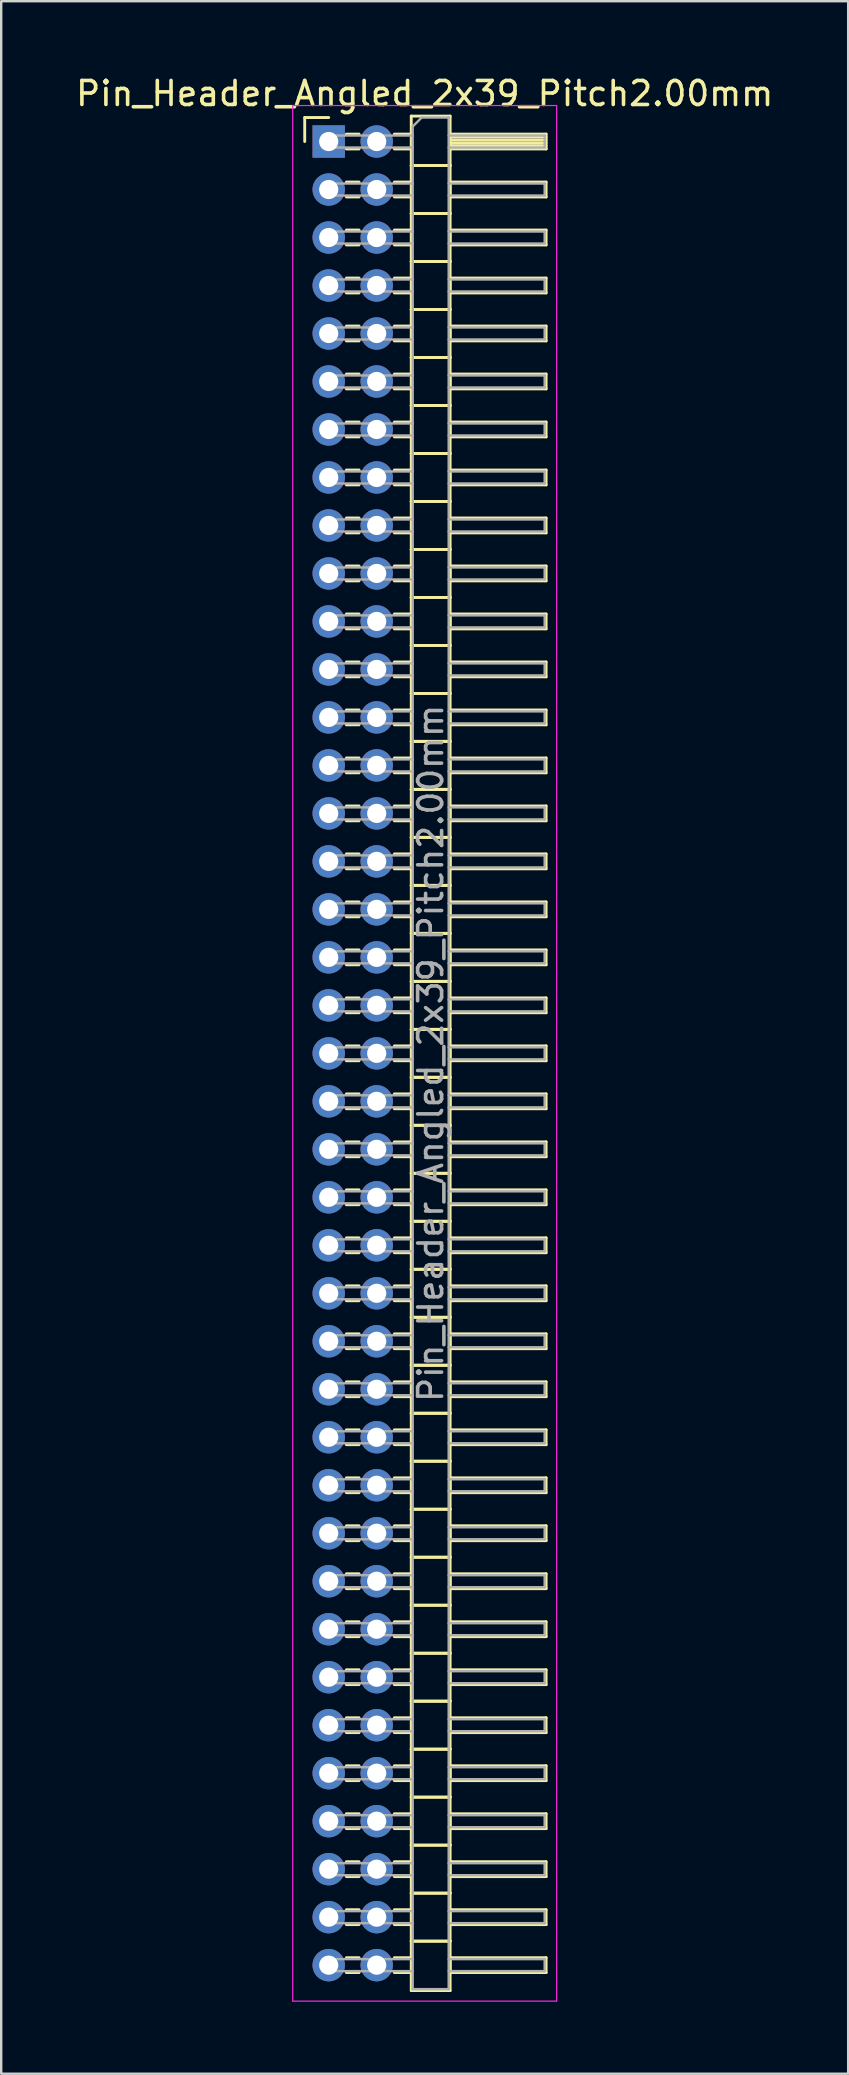
<source format=kicad_pcb>
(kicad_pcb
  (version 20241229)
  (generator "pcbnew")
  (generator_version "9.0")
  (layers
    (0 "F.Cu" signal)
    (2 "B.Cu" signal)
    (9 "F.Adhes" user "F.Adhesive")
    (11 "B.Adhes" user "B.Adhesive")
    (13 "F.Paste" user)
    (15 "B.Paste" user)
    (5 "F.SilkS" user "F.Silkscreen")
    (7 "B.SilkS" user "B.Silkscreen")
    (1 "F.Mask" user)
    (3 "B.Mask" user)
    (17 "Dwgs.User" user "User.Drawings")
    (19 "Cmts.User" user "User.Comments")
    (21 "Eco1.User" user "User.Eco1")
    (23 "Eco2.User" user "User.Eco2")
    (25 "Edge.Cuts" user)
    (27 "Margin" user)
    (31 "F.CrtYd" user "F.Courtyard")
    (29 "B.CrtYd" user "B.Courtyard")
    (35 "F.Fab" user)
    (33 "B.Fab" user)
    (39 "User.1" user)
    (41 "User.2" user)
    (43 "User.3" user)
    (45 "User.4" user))
  (footprint "Pin_Header_Angled_2x39_Pitch2.00mm"
    (layer "F.Cu")
    (at 10.649 2.848)
    (property "Reference" "Pin_Header_Angled_2x39_Pitch2.00mm" (at 4 -2 0) (layer "F.SilkS") (effects (font (size 1 1) (thickness 0.15))))
    (attr through_hole)
    (fp_line (start -1 -1) (end 0 -1) (stroke (width 0.12) (type solid)) (layer "F.SilkS"))
    (fp_line (start -1 0) (end -1 -1) (stroke (width 0.12) (type solid)) (layer "F.SilkS"))
    (fp_line (start 0.735 -0.31) (end 1.265 -0.31) (stroke (width 0.12) (type solid)) (layer "F.SilkS"))
    (fp_line (start 0.735 0.31) (end 1.265 0.31) (stroke (width 0.12) (type solid)) (layer "F.SilkS"))
    (fp_line (start 0.735 1.69) (end 1.265 1.69) (stroke (width 0.12) (type solid)) (layer "F.SilkS"))
    (fp_line (start 0.735 2.31) (end 1.265 2.31) (stroke (width 0.12) (type solid)) (layer "F.SilkS"))
    (fp_line (start 0.735 3.69) (end 1.265 3.69) (stroke (width 0.12) (type solid)) (layer "F.SilkS"))
    (fp_line (start 0.735 4.31) (end 1.265 4.31) (stroke (width 0.12) (type solid)) (layer "F.SilkS"))
    (fp_line (start 0.735 5.69) (end 1.265 5.69) (stroke (width 0.12) (type solid)) (layer "F.SilkS"))
    (fp_line (start 0.735 6.31) (end 1.265 6.31) (stroke (width 0.12) (type solid)) (layer "F.SilkS"))
    (fp_line (start 0.735 7.69) (end 1.265 7.69) (stroke (width 0.12) (type solid)) (layer "F.SilkS"))
    (fp_line (start 0.735 8.31) (end 1.265 8.31) (stroke (width 0.12) (type solid)) (layer "F.SilkS"))
    (fp_line (start 0.735 9.69) (end 1.265 9.69) (stroke (width 0.12) (type solid)) (layer "F.SilkS"))
    (fp_line (start 0.735 10.31) (end 1.265 10.31) (stroke (width 0.12) (type solid)) (layer "F.SilkS"))
    (fp_line (start 0.735 11.69) (end 1.265 11.69) (stroke (width 0.12) (type solid)) (layer "F.SilkS"))
    (fp_line (start 0.735 12.31) (end 1.265 12.31) (stroke (width 0.12) (type solid)) (layer "F.SilkS"))
    (fp_line (start 0.735 13.69) (end 1.265 13.69) (stroke (width 0.12) (type solid)) (layer "F.SilkS"))
    (fp_line (start 0.735 14.31) (end 1.265 14.31) (stroke (width 0.12) (type solid)) (layer "F.SilkS"))
    (fp_line (start 0.735 15.69) (end 1.265 15.69) (stroke (width 0.12) (type solid)) (layer "F.SilkS"))
    (fp_line (start 0.735 16.31) (end 1.265 16.31) (stroke (width 0.12) (type solid)) (layer "F.SilkS"))
    (fp_line (start 0.735 17.69) (end 1.265 17.69) (stroke (width 0.12) (type solid)) (layer "F.SilkS"))
    (fp_line (start 0.735 18.31) (end 1.265 18.31) (stroke (width 0.12) (type solid)) (layer "F.SilkS"))
    (fp_line (start 0.735 19.69) (end 1.265 19.69) (stroke (width 0.12) (type solid)) (layer "F.SilkS"))
    (fp_line (start 0.735 20.31) (end 1.265 20.31) (stroke (width 0.12) (type solid)) (layer "F.SilkS"))
    (fp_line (start 0.735 21.69) (end 1.265 21.69) (stroke (width 0.12) (type solid)) (layer "F.SilkS"))
    (fp_line (start 0.735 22.31) (end 1.265 22.31) (stroke (width 0.12) (type solid)) (layer "F.SilkS"))
    (fp_line (start 0.735 23.69) (end 1.265 23.69) (stroke (width 0.12) (type solid)) (layer "F.SilkS"))
    (fp_line (start 0.735 24.31) (end 1.265 24.31) (stroke (width 0.12) (type solid)) (layer "F.SilkS"))
    (fp_line (start 0.735 25.69) (end 1.265 25.69) (stroke (width 0.12) (type solid)) (layer "F.SilkS"))
    (fp_line (start 0.735 26.31) (end 1.265 26.31) (stroke (width 0.12) (type solid)) (layer "F.SilkS"))
    (fp_line (start 0.735 27.69) (end 1.265 27.69) (stroke (width 0.12) (type solid)) (layer "F.SilkS"))
    (fp_line (start 0.735 28.31) (end 1.265 28.31) (stroke (width 0.12) (type solid)) (layer "F.SilkS"))
    (fp_line (start 0.735 29.69) (end 1.265 29.69) (stroke (width 0.12) (type solid)) (layer "F.SilkS"))
    (fp_line (start 0.735 30.31) (end 1.265 30.31) (stroke (width 0.12) (type solid)) (layer "F.SilkS"))
    (fp_line (start 0.735 31.69) (end 1.265 31.69) (stroke (width 0.12) (type solid)) (layer "F.SilkS"))
    (fp_line (start 0.735 32.31) (end 1.265 32.31) (stroke (width 0.12) (type solid)) (layer "F.SilkS"))
    (fp_line (start 0.735 33.69) (end 1.265 33.69) (stroke (width 0.12) (type solid)) (layer "F.SilkS"))
    (fp_line (start 0.735 34.31) (end 1.265 34.31) (stroke (width 0.12) (type solid)) (layer "F.SilkS"))
    (fp_line (start 0.735 35.69) (end 1.265 35.69) (stroke (width 0.12) (type solid)) (layer "F.SilkS"))
    (fp_line (start 0.735 36.31) (end 1.265 36.31) (stroke (width 0.12) (type solid)) (layer "F.SilkS"))
    (fp_line (start 0.735 37.69) (end 1.265 37.69) (stroke (width 0.12) (type solid)) (layer "F.SilkS"))
    (fp_line (start 0.735 38.31) (end 1.265 38.31) (stroke (width 0.12) (type solid)) (layer "F.SilkS"))
    (fp_line (start 0.735 39.69) (end 1.265 39.69) (stroke (width 0.12) (type solid)) (layer "F.SilkS"))
    (fp_line (start 0.735 40.31) (end 1.265 40.31) (stroke (width 0.12) (type solid)) (layer "F.SilkS"))
    (fp_line (start 0.735 41.69) (end 1.265 41.69) (stroke (width 0.12) (type solid)) (layer "F.SilkS"))
    (fp_line (start 0.735 42.31) (end 1.265 42.31) (stroke (width 0.12) (type solid)) (layer "F.SilkS"))
    (fp_line (start 0.735 43.69) (end 1.265 43.69) (stroke (width 0.12) (type solid)) (layer "F.SilkS"))
    (fp_line (start 0.735 44.31) (end 1.265 44.31) (stroke (width 0.12) (type solid)) (layer "F.SilkS"))
    (fp_line (start 0.735 45.69) (end 1.265 45.69) (stroke (width 0.12) (type solid)) (layer "F.SilkS"))
    (fp_line (start 0.735 46.31) (end 1.265 46.31) (stroke (width 0.12) (type solid)) (layer "F.SilkS"))
    (fp_line (start 0.735 47.69) (end 1.265 47.69) (stroke (width 0.12) (type solid)) (layer "F.SilkS"))
    (fp_line (start 0.735 48.31) (end 1.265 48.31) (stroke (width 0.12) (type solid)) (layer "F.SilkS"))
    (fp_line (start 0.735 49.69) (end 1.265 49.69) (stroke (width 0.12) (type solid)) (layer "F.SilkS"))
    (fp_line (start 0.735 50.31) (end 1.265 50.31) (stroke (width 0.12) (type solid)) (layer "F.SilkS"))
    (fp_line (start 0.735 51.69) (end 1.265 51.69) (stroke (width 0.12) (type solid)) (layer "F.SilkS"))
    (fp_line (start 0.735 52.31) (end 1.265 52.31) (stroke (width 0.12) (type solid)) (layer "F.SilkS"))
    (fp_line (start 0.735 53.69) (end 1.265 53.69) (stroke (width 0.12) (type solid)) (layer "F.SilkS"))
    (fp_line (start 0.735 54.31) (end 1.265 54.31) (stroke (width 0.12) (type solid)) (layer "F.SilkS"))
    (fp_line (start 0.735 55.69) (end 1.265 55.69) (stroke (width 0.12) (type solid)) (layer "F.SilkS"))
    (fp_line (start 0.735 56.31) (end 1.265 56.31) (stroke (width 0.12) (type solid)) (layer "F.SilkS"))
    (fp_line (start 0.735 57.69) (end 1.265 57.69) (stroke (width 0.12) (type solid)) (layer "F.SilkS"))
    (fp_line (start 0.735 58.31) (end 1.265 58.31) (stroke (width 0.12) (type solid)) (layer "F.SilkS"))
    (fp_line (start 0.735 59.69) (end 1.265 59.69) (stroke (width 0.12) (type solid)) (layer "F.SilkS"))
    (fp_line (start 0.735 60.31) (end 1.265 60.31) (stroke (width 0.12) (type solid)) (layer "F.SilkS"))
    (fp_line (start 0.735 61.69) (end 1.265 61.69) (stroke (width 0.12) (type solid)) (layer "F.SilkS"))
    (fp_line (start 0.735 62.31) (end 1.265 62.31) (stroke (width 0.12) (type solid)) (layer "F.SilkS"))
    (fp_line (start 0.735 63.69) (end 1.265 63.69) (stroke (width 0.12) (type solid)) (layer "F.SilkS"))
    (fp_line (start 0.735 64.31) (end 1.265 64.31) (stroke (width 0.12) (type solid)) (layer "F.SilkS"))
    (fp_line (start 0.735 65.69) (end 1.265 65.69) (stroke (width 0.12) (type solid)) (layer "F.SilkS"))
    (fp_line (start 0.735 66.31) (end 1.265 66.31) (stroke (width 0.12) (type solid)) (layer "F.SilkS"))
    (fp_line (start 0.735 67.69) (end 1.265 67.69) (stroke (width 0.12) (type solid)) (layer "F.SilkS"))
    (fp_line (start 0.735 68.31) (end 1.265 68.31) (stroke (width 0.12) (type solid)) (layer "F.SilkS"))
    (fp_line (start 0.735 69.69) (end 1.265 69.69) (stroke (width 0.12) (type solid)) (layer "F.SilkS"))
    (fp_line (start 0.735 70.31) (end 1.265 70.31) (stroke (width 0.12) (type solid)) (layer "F.SilkS"))
    (fp_line (start 0.735 71.69) (end 1.265 71.69) (stroke (width 0.12) (type solid)) (layer "F.SilkS"))
    (fp_line (start 0.735 72.31) (end 1.265 72.31) (stroke (width 0.12) (type solid)) (layer "F.SilkS"))
    (fp_line (start 0.735 73.69) (end 1.265 73.69) (stroke (width 0.12) (type solid)) (layer "F.SilkS"))
    (fp_line (start 0.735 74.31) (end 1.265 74.31) (stroke (width 0.12) (type solid)) (layer "F.SilkS"))
    (fp_line (start 0.735 75.69) (end 1.265 75.69) (stroke (width 0.12) (type solid)) (layer "F.SilkS"))
    (fp_line (start 0.735 76.31) (end 1.265 76.31) (stroke (width 0.12) (type solid)) (layer "F.SilkS"))
    (fp_line (start 2.735 -0.31) (end 3.44 -0.31) (stroke (width 0.12) (type solid)) (layer "F.SilkS"))
    (fp_line (start 2.735 0.31) (end 3.44 0.31) (stroke (width 0.12) (type solid)) (layer "F.SilkS"))
    (fp_line (start 2.735 1.69) (end 3.44 1.69) (stroke (width 0.12) (type solid)) (layer "F.SilkS"))
    (fp_line (start 2.735 2.31) (end 3.44 2.31) (stroke (width 0.12) (type solid)) (layer "F.SilkS"))
    (fp_line (start 2.735 3.69) (end 3.44 3.69) (stroke (width 0.12) (type solid)) (layer "F.SilkS"))
    (fp_line (start 2.735 4.31) (end 3.44 4.31) (stroke (width 0.12) (type solid)) (layer "F.SilkS"))
    (fp_line (start 2.735 5.69) (end 3.44 5.69) (stroke (width 0.12) (type solid)) (layer "F.SilkS"))
    (fp_line (start 2.735 6.31) (end 3.44 6.31) (stroke (width 0.12) (type solid)) (layer "F.SilkS"))
    (fp_line (start 2.735 7.69) (end 3.44 7.69) (stroke (width 0.12) (type solid)) (layer "F.SilkS"))
    (fp_line (start 2.735 8.31) (end 3.44 8.31) (stroke (width 0.12) (type solid)) (layer "F.SilkS"))
    (fp_line (start 2.735 9.69) (end 3.44 9.69) (stroke (width 0.12) (type solid)) (layer "F.SilkS"))
    (fp_line (start 2.735 10.31) (end 3.44 10.31) (stroke (width 0.12) (type solid)) (layer "F.SilkS"))
    (fp_line (start 2.735 11.69) (end 3.44 11.69) (stroke (width 0.12) (type solid)) (layer "F.SilkS"))
    (fp_line (start 2.735 12.31) (end 3.44 12.31) (stroke (width 0.12) (type solid)) (layer "F.SilkS"))
    (fp_line (start 2.735 13.69) (end 3.44 13.69) (stroke (width 0.12) (type solid)) (layer "F.SilkS"))
    (fp_line (start 2.735 14.31) (end 3.44 14.31) (stroke (width 0.12) (type solid)) (layer "F.SilkS"))
    (fp_line (start 2.735 15.69) (end 3.44 15.69) (stroke (width 0.12) (type solid)) (layer "F.SilkS"))
    (fp_line (start 2.735 16.31) (end 3.44 16.31) (stroke (width 0.12) (type solid)) (layer "F.SilkS"))
    (fp_line (start 2.735 17.69) (end 3.44 17.69) (stroke (width 0.12) (type solid)) (layer "F.SilkS"))
    (fp_line (start 2.735 18.31) (end 3.44 18.31) (stroke (width 0.12) (type solid)) (layer "F.SilkS"))
    (fp_line (start 2.735 19.69) (end 3.44 19.69) (stroke (width 0.12) (type solid)) (layer "F.SilkS"))
    (fp_line (start 2.735 20.31) (end 3.44 20.31) (stroke (width 0.12) (type solid)) (layer "F.SilkS"))
    (fp_line (start 2.735 21.69) (end 3.44 21.69) (stroke (width 0.12) (type solid)) (layer "F.SilkS"))
    (fp_line (start 2.735 22.31) (end 3.44 22.31) (stroke (width 0.12) (type solid)) (layer "F.SilkS"))
    (fp_line (start 2.735 23.69) (end 3.44 23.69) (stroke (width 0.12) (type solid)) (layer "F.SilkS"))
    (fp_line (start 2.735 24.31) (end 3.44 24.31) (stroke (width 0.12) (type solid)) (layer "F.SilkS"))
    (fp_line (start 2.735 25.69) (end 3.44 25.69) (stroke (width 0.12) (type solid)) (layer "F.SilkS"))
    (fp_line (start 2.735 26.31) (end 3.44 26.31) (stroke (width 0.12) (type solid)) (layer "F.SilkS"))
    (fp_line (start 2.735 27.69) (end 3.44 27.69) (stroke (width 0.12) (type solid)) (layer "F.SilkS"))
    (fp_line (start 2.735 28.31) (end 3.44 28.31) (stroke (width 0.12) (type solid)) (layer "F.SilkS"))
    (fp_line (start 2.735 29.69) (end 3.44 29.69) (stroke (width 0.12) (type solid)) (layer "F.SilkS"))
    (fp_line (start 2.735 30.31) (end 3.44 30.31) (stroke (width 0.12) (type solid)) (layer "F.SilkS"))
    (fp_line (start 2.735 31.69) (end 3.44 31.69) (stroke (width 0.12) (type solid)) (layer "F.SilkS"))
    (fp_line (start 2.735 32.31) (end 3.44 32.31) (stroke (width 0.12) (type solid)) (layer "F.SilkS"))
    (fp_line (start 2.735 33.69) (end 3.44 33.69) (stroke (width 0.12) (type solid)) (layer "F.SilkS"))
    (fp_line (start 2.735 34.31) (end 3.44 34.31) (stroke (width 0.12) (type solid)) (layer "F.SilkS"))
    (fp_line (start 2.735 35.69) (end 3.44 35.69) (stroke (width 0.12) (type solid)) (layer "F.SilkS"))
    (fp_line (start 2.735 36.31) (end 3.44 36.31) (stroke (width 0.12) (type solid)) (layer "F.SilkS"))
    (fp_line (start 2.735 37.69) (end 3.44 37.69) (stroke (width 0.12) (type solid)) (layer "F.SilkS"))
    (fp_line (start 2.735 38.31) (end 3.44 38.31) (stroke (width 0.12) (type solid)) (layer "F.SilkS"))
    (fp_line (start 2.735 39.69) (end 3.44 39.69) (stroke (width 0.12) (type solid)) (layer "F.SilkS"))
    (fp_line (start 2.735 40.31) (end 3.44 40.31) (stroke (width 0.12) (type solid)) (layer "F.SilkS"))
    (fp_line (start 2.735 41.69) (end 3.44 41.69) (stroke (width 0.12) (type solid)) (layer "F.SilkS"))
    (fp_line (start 2.735 42.31) (end 3.44 42.31) (stroke (width 0.12) (type solid)) (layer "F.SilkS"))
    (fp_line (start 2.735 43.69) (end 3.44 43.69) (stroke (width 0.12) (type solid)) (layer "F.SilkS"))
    (fp_line (start 2.735 44.31) (end 3.44 44.31) (stroke (width 0.12) (type solid)) (layer "F.SilkS"))
    (fp_line (start 2.735 45.69) (end 3.44 45.69) (stroke (width 0.12) (type solid)) (layer "F.SilkS"))
    (fp_line (start 2.735 46.31) (end 3.44 46.31) (stroke (width 0.12) (type solid)) (layer "F.SilkS"))
    (fp_line (start 2.735 47.69) (end 3.44 47.69) (stroke (width 0.12) (type solid)) (layer "F.SilkS"))
    (fp_line (start 2.735 48.31) (end 3.44 48.31) (stroke (width 0.12) (type solid)) (layer "F.SilkS"))
    (fp_line (start 2.735 49.69) (end 3.44 49.69) (stroke (width 0.12) (type solid)) (layer "F.SilkS"))
    (fp_line (start 2.735 50.31) (end 3.44 50.31) (stroke (width 0.12) (type solid)) (layer "F.SilkS"))
    (fp_line (start 2.735 51.69) (end 3.44 51.69) (stroke (width 0.12) (type solid)) (layer "F.SilkS"))
    (fp_line (start 2.735 52.31) (end 3.44 52.31) (stroke (width 0.12) (type solid)) (layer "F.SilkS"))
    (fp_line (start 2.735 53.69) (end 3.44 53.69) (stroke (width 0.12) (type solid)) (layer "F.SilkS"))
    (fp_line (start 2.735 54.31) (end 3.44 54.31) (stroke (width 0.12) (type solid)) (layer "F.SilkS"))
    (fp_line (start 2.735 55.69) (end 3.44 55.69) (stroke (width 0.12) (type solid)) (layer "F.SilkS"))
    (fp_line (start 2.735 56.31) (end 3.44 56.31) (stroke (width 0.12) (type solid)) (layer "F.SilkS"))
    (fp_line (start 2.735 57.69) (end 3.44 57.69) (stroke (width 0.12) (type solid)) (layer "F.SilkS"))
    (fp_line (start 2.735 58.31) (end 3.44 58.31) (stroke (width 0.12) (type solid)) (layer "F.SilkS"))
    (fp_line (start 2.735 59.69) (end 3.44 59.69) (stroke (width 0.12) (type solid)) (layer "F.SilkS"))
    (fp_line (start 2.735 60.31) (end 3.44 60.31) (stroke (width 0.12) (type solid)) (layer "F.SilkS"))
    (fp_line (start 2.735 61.69) (end 3.44 61.69) (stroke (width 0.12) (type solid)) (layer "F.SilkS"))
    (fp_line (start 2.735 62.31) (end 3.44 62.31) (stroke (width 0.12) (type solid)) (layer "F.SilkS"))
    (fp_line (start 2.735 63.69) (end 3.44 63.69) (stroke (width 0.12) (type solid)) (layer "F.SilkS"))
    (fp_line (start 2.735 64.31) (end 3.44 64.31) (stroke (width 0.12) (type solid)) (layer "F.SilkS"))
    (fp_line (start 2.735 65.69) (end 3.44 65.69) (stroke (width 0.12) (type solid)) (layer "F.SilkS"))
    (fp_line (start 2.735 66.31) (end 3.44 66.31) (stroke (width 0.12) (type solid)) (layer "F.SilkS"))
    (fp_line (start 2.735 67.69) (end 3.44 67.69) (stroke (width 0.12) (type solid)) (layer "F.SilkS"))
    (fp_line (start 2.735 68.31) (end 3.44 68.31) (stroke (width 0.12) (type solid)) (layer "F.SilkS"))
    (fp_line (start 2.735 69.69) (end 3.44 69.69) (stroke (width 0.12) (type solid)) (layer "F.SilkS"))
    (fp_line (start 2.735 70.31) (end 3.44 70.31) (stroke (width 0.12) (type solid)) (layer "F.SilkS"))
    (fp_line (start 2.735 71.69) (end 3.44 71.69) (stroke (width 0.12) (type solid)) (layer "F.SilkS"))
    (fp_line (start 2.735 72.31) (end 3.44 72.31) (stroke (width 0.12) (type solid)) (layer "F.SilkS"))
    (fp_line (start 2.735 73.69) (end 3.44 73.69) (stroke (width 0.12) (type solid)) (layer "F.SilkS"))
    (fp_line (start 2.735 74.31) (end 3.44 74.31) (stroke (width 0.12) (type solid)) (layer "F.SilkS"))
    (fp_line (start 2.735 75.69) (end 3.44 75.69) (stroke (width 0.12) (type solid)) (layer "F.SilkS"))
    (fp_line (start 2.735 76.31) (end 3.44 76.31) (stroke (width 0.12) (type solid)) (layer "F.SilkS"))
    (fp_line (start 3.44 -1.06) (end 3.44 1) (stroke (width 0.12) (type solid)) (layer "F.SilkS"))
    (fp_line (start 3.44 1) (end 3.44 3) (stroke (width 0.12) (type solid)) (layer "F.SilkS"))
    (fp_line (start 3.44 1) (end 5.06 1) (stroke (width 0.12) (type solid)) (layer "F.SilkS"))
    (fp_line (start 3.44 3) (end 3.44 5) (stroke (width 0.12) (type solid)) (layer "F.SilkS"))
    (fp_line (start 3.44 3) (end 5.06 3) (stroke (width 0.12) (type solid)) (layer "F.SilkS"))
    (fp_line (start 3.44 5) (end 3.44 7) (stroke (width 0.12) (type solid)) (layer "F.SilkS"))
    (fp_line (start 3.44 5) (end 5.06 5) (stroke (width 0.12) (type solid)) (layer "F.SilkS"))
    (fp_line (start 3.44 7) (end 3.44 9) (stroke (width 0.12) (type solid)) (layer "F.SilkS"))
    (fp_line (start 3.44 7) (end 5.06 7) (stroke (width 0.12) (type solid)) (layer "F.SilkS"))
    (fp_line (start 3.44 9) (end 3.44 11) (stroke (width 0.12) (type solid)) (layer "F.SilkS"))
    (fp_line (start 3.44 9) (end 5.06 9) (stroke (width 0.12) (type solid)) (layer "F.SilkS"))
    (fp_line (start 3.44 11) (end 3.44 13) (stroke (width 0.12) (type solid)) (layer "F.SilkS"))
    (fp_line (start 3.44 11) (end 5.06 11) (stroke (width 0.12) (type solid)) (layer "F.SilkS"))
    (fp_line (start 3.44 13) (end 3.44 15) (stroke (width 0.12) (type solid)) (layer "F.SilkS"))
    (fp_line (start 3.44 13) (end 5.06 13) (stroke (width 0.12) (type solid)) (layer "F.SilkS"))
    (fp_line (start 3.44 15) (end 3.44 17) (stroke (width 0.12) (type solid)) (layer "F.SilkS"))
    (fp_line (start 3.44 15) (end 5.06 15) (stroke (width 0.12) (type solid)) (layer "F.SilkS"))
    (fp_line (start 3.44 17) (end 3.44 19) (stroke (width 0.12) (type solid)) (layer "F.SilkS"))
    (fp_line (start 3.44 17) (end 5.06 17) (stroke (width 0.12) (type solid)) (layer "F.SilkS"))
    (fp_line (start 3.44 19) (end 3.44 21) (stroke (width 0.12) (type solid)) (layer "F.SilkS"))
    (fp_line (start 3.44 19) (end 5.06 19) (stroke (width 0.12) (type solid)) (layer "F.SilkS"))
    (fp_line (start 3.44 21) (end 3.44 23) (stroke (width 0.12) (type solid)) (layer "F.SilkS"))
    (fp_line (start 3.44 21) (end 5.06 21) (stroke (width 0.12) (type solid)) (layer "F.SilkS"))
    (fp_line (start 3.44 23) (end 3.44 25) (stroke (width 0.12) (type solid)) (layer "F.SilkS"))
    (fp_line (start 3.44 23) (end 5.06 23) (stroke (width 0.12) (type solid)) (layer "F.SilkS"))
    (fp_line (start 3.44 25) (end 3.44 27) (stroke (width 0.12) (type solid)) (layer "F.SilkS"))
    (fp_line (start 3.44 25) (end 5.06 25) (stroke (width 0.12) (type solid)) (layer "F.SilkS"))
    (fp_line (start 3.44 27) (end 3.44 29) (stroke (width 0.12) (type solid)) (layer "F.SilkS"))
    (fp_line (start 3.44 27) (end 5.06 27) (stroke (width 0.12) (type solid)) (layer "F.SilkS"))
    (fp_line (start 3.44 29) (end 3.44 31) (stroke (width 0.12) (type solid)) (layer "F.SilkS"))
    (fp_line (start 3.44 29) (end 5.06 29) (stroke (width 0.12) (type solid)) (layer "F.SilkS"))
    (fp_line (start 3.44 31) (end 3.44 33) (stroke (width 0.12) (type solid)) (layer "F.SilkS"))
    (fp_line (start 3.44 31) (end 5.06 31) (stroke (width 0.12) (type solid)) (layer "F.SilkS"))
    (fp_line (start 3.44 33) (end 3.44 35) (stroke (width 0.12) (type solid)) (layer "F.SilkS"))
    (fp_line (start 3.44 33) (end 5.06 33) (stroke (width 0.12) (type solid)) (layer "F.SilkS"))
    (fp_line (start 3.44 35) (end 3.44 37) (stroke (width 0.12) (type solid)) (layer "F.SilkS"))
    (fp_line (start 3.44 35) (end 5.06 35) (stroke (width 0.12) (type solid)) (layer "F.SilkS"))
    (fp_line (start 3.44 37) (end 3.44 39) (stroke (width 0.12) (type solid)) (layer "F.SilkS"))
    (fp_line (start 3.44 37) (end 5.06 37) (stroke (width 0.12) (type solid)) (layer "F.SilkS"))
    (fp_line (start 3.44 39) (end 3.44 41) (stroke (width 0.12) (type solid)) (layer "F.SilkS"))
    (fp_line (start 3.44 39) (end 5.06 39) (stroke (width 0.12) (type solid)) (layer "F.SilkS"))
    (fp_line (start 3.44 41) (end 3.44 43) (stroke (width 0.12) (type solid)) (layer "F.SilkS"))
    (fp_line (start 3.44 41) (end 5.06 41) (stroke (width 0.12) (type solid)) (layer "F.SilkS"))
    (fp_line (start 3.44 43) (end 3.44 45) (stroke (width 0.12) (type solid)) (layer "F.SilkS"))
    (fp_line (start 3.44 43) (end 5.06 43) (stroke (width 0.12) (type solid)) (layer "F.SilkS"))
    (fp_line (start 3.44 45) (end 3.44 47) (stroke (width 0.12) (type solid)) (layer "F.SilkS"))
    (fp_line (start 3.44 45) (end 5.06 45) (stroke (width 0.12) (type solid)) (layer "F.SilkS"))
    (fp_line (start 3.44 47) (end 3.44 49) (stroke (width 0.12) (type solid)) (layer "F.SilkS"))
    (fp_line (start 3.44 47) (end 5.06 47) (stroke (width 0.12) (type solid)) (layer "F.SilkS"))
    (fp_line (start 3.44 49) (end 3.44 51) (stroke (width 0.12) (type solid)) (layer "F.SilkS"))
    (fp_line (start 3.44 49) (end 5.06 49) (stroke (width 0.12) (type solid)) (layer "F.SilkS"))
    (fp_line (start 3.44 51) (end 3.44 53) (stroke (width 0.12) (type solid)) (layer "F.SilkS"))
    (fp_line (start 3.44 51) (end 5.06 51) (stroke (width 0.12) (type solid)) (layer "F.SilkS"))
    (fp_line (start 3.44 53) (end 3.44 55) (stroke (width 0.12) (type solid)) (layer "F.SilkS"))
    (fp_line (start 3.44 53) (end 5.06 53) (stroke (width 0.12) (type solid)) (layer "F.SilkS"))
    (fp_line (start 3.44 55) (end 3.44 57) (stroke (width 0.12) (type solid)) (layer "F.SilkS"))
    (fp_line (start 3.44 55) (end 5.06 55) (stroke (width 0.12) (type solid)) (layer "F.SilkS"))
    (fp_line (start 3.44 57) (end 3.44 59) (stroke (width 0.12) (type solid)) (layer "F.SilkS"))
    (fp_line (start 3.44 57) (end 5.06 57) (stroke (width 0.12) (type solid)) (layer "F.SilkS"))
    (fp_line (start 3.44 59) (end 3.44 61) (stroke (width 0.12) (type solid)) (layer "F.SilkS"))
    (fp_line (start 3.44 59) (end 5.06 59) (stroke (width 0.12) (type solid)) (layer "F.SilkS"))
    (fp_line (start 3.44 61) (end 3.44 63) (stroke (width 0.12) (type solid)) (layer "F.SilkS"))
    (fp_line (start 3.44 61) (end 5.06 61) (stroke (width 0.12) (type solid)) (layer "F.SilkS"))
    (fp_line (start 3.44 63) (end 3.44 65) (stroke (width 0.12) (type solid)) (layer "F.SilkS"))
    (fp_line (start 3.44 63) (end 5.06 63) (stroke (width 0.12) (type solid)) (layer "F.SilkS"))
    (fp_line (start 3.44 65) (end 3.44 67) (stroke (width 0.12) (type solid)) (layer "F.SilkS"))
    (fp_line (start 3.44 65) (end 5.06 65) (stroke (width 0.12) (type solid)) (layer "F.SilkS"))
    (fp_line (start 3.44 67) (end 3.44 69) (stroke (width 0.12) (type solid)) (layer "F.SilkS"))
    (fp_line (start 3.44 67) (end 5.06 67) (stroke (width 0.12) (type solid)) (layer "F.SilkS"))
    (fp_line (start 3.44 69) (end 3.44 71) (stroke (width 0.12) (type solid)) (layer "F.SilkS"))
    (fp_line (start 3.44 69) (end 5.06 69) (stroke (width 0.12) (type solid)) (layer "F.SilkS"))
    (fp_line (start 3.44 71) (end 3.44 73) (stroke (width 0.12) (type solid)) (layer "F.SilkS"))
    (fp_line (start 3.44 71) (end 5.06 71) (stroke (width 0.12) (type solid)) (layer "F.SilkS"))
    (fp_line (start 3.44 73) (end 3.44 75) (stroke (width 0.12) (type solid)) (layer "F.SilkS"))
    (fp_line (start 3.44 73) (end 5.06 73) (stroke (width 0.12) (type solid)) (layer "F.SilkS"))
    (fp_line (start 3.44 75) (end 3.44 77.06) (stroke (width 0.12) (type solid)) (layer "F.SilkS"))
    (fp_line (start 3.44 75) (end 5.06 75) (stroke (width 0.12) (type solid)) (layer "F.SilkS"))
    (fp_line (start 3.44 77.06) (end 5.06 77.06) (stroke (width 0.12) (type solid)) (layer "F.SilkS"))
    (fp_line (start 5.06 -1.06) (end 3.44 -1.06) (stroke (width 0.12) (type solid)) (layer "F.SilkS"))
    (fp_line (start 5.06 -0.31) (end 5.06 0.31) (stroke (width 0.12) (type solid)) (layer "F.SilkS"))
    (fp_line (start 5.06 -0.19) (end 9.06 -0.19) (stroke (width 0.12) (type solid)) (layer "F.SilkS"))
    (fp_line (start 5.06 -0.07) (end 9.06 -0.07) (stroke (width 0.12) (type solid)) (layer "F.SilkS"))
    (fp_line (start 5.06 0.05) (end 9.06 0.05) (stroke (width 0.12) (type solid)) (layer "F.SilkS"))
    (fp_line (start 5.06 0.17) (end 9.06 0.17) (stroke (width 0.12) (type solid)) (layer "F.SilkS"))
    (fp_line (start 5.06 0.29) (end 9.06 0.29) (stroke (width 0.12) (type solid)) (layer "F.SilkS"))
    (fp_line (start 5.06 0.31) (end 9.06 0.31) (stroke (width 0.12) (type solid)) (layer "F.SilkS"))
    (fp_line (start 5.06 1) (end 3.44 1) (stroke (width 0.12) (type solid)) (layer "F.SilkS"))
    (fp_line (start 5.06 1) (end 5.06 -1.06) (stroke (width 0.12) (type solid)) (layer "F.SilkS"))
    (fp_line (start 5.06 1.69) (end 5.06 2.31) (stroke (width 0.12) (type solid)) (layer "F.SilkS"))
    (fp_line (start 5.06 2.31) (end 9.06 2.31) (stroke (width 0.12) (type solid)) (layer "F.SilkS"))
    (fp_line (start 5.06 3) (end 3.44 3) (stroke (width 0.12) (type solid)) (layer "F.SilkS"))
    (fp_line (start 5.06 3) (end 5.06 1) (stroke (width 0.12) (type solid)) (layer "F.SilkS"))
    (fp_line (start 5.06 3.69) (end 5.06 4.31) (stroke (width 0.12) (type solid)) (layer "F.SilkS"))
    (fp_line (start 5.06 4.31) (end 9.06 4.31) (stroke (width 0.12) (type solid)) (layer "F.SilkS"))
    (fp_line (start 5.06 5) (end 3.44 5) (stroke (width 0.12) (type solid)) (layer "F.SilkS"))
    (fp_line (start 5.06 5) (end 5.06 3) (stroke (width 0.12) (type solid)) (layer "F.SilkS"))
    (fp_line (start 5.06 5.69) (end 5.06 6.31) (stroke (width 0.12) (type solid)) (layer "F.SilkS"))
    (fp_line (start 5.06 6.31) (end 9.06 6.31) (stroke (width 0.12) (type solid)) (layer "F.SilkS"))
    (fp_line (start 5.06 7) (end 3.44 7) (stroke (width 0.12) (type solid)) (layer "F.SilkS"))
    (fp_line (start 5.06 7) (end 5.06 5) (stroke (width 0.12) (type solid)) (layer "F.SilkS"))
    (fp_line (start 5.06 7.69) (end 5.06 8.31) (stroke (width 0.12) (type solid)) (layer "F.SilkS"))
    (fp_line (start 5.06 8.31) (end 9.06 8.31) (stroke (width 0.12) (type solid)) (layer "F.SilkS"))
    (fp_line (start 5.06 9) (end 3.44 9) (stroke (width 0.12) (type solid)) (layer "F.SilkS"))
    (fp_line (start 5.06 9) (end 5.06 7) (stroke (width 0.12) (type solid)) (layer "F.SilkS"))
    (fp_line (start 5.06 9.69) (end 5.06 10.31) (stroke (width 0.12) (type solid)) (layer "F.SilkS"))
    (fp_line (start 5.06 10.31) (end 9.06 10.31) (stroke (width 0.12) (type solid)) (layer "F.SilkS"))
    (fp_line (start 5.06 11) (end 3.44 11) (stroke (width 0.12) (type solid)) (layer "F.SilkS"))
    (fp_line (start 5.06 11) (end 5.06 9) (stroke (width 0.12) (type solid)) (layer "F.SilkS"))
    (fp_line (start 5.06 11.69) (end 5.06 12.31) (stroke (width 0.12) (type solid)) (layer "F.SilkS"))
    (fp_line (start 5.06 12.31) (end 9.06 12.31) (stroke (width 0.12) (type solid)) (layer "F.SilkS"))
    (fp_line (start 5.06 13) (end 3.44 13) (stroke (width 0.12) (type solid)) (layer "F.SilkS"))
    (fp_line (start 5.06 13) (end 5.06 11) (stroke (width 0.12) (type solid)) (layer "F.SilkS"))
    (fp_line (start 5.06 13.69) (end 5.06 14.31) (stroke (width 0.12) (type solid)) (layer "F.SilkS"))
    (fp_line (start 5.06 14.31) (end 9.06 14.31) (stroke (width 0.12) (type solid)) (layer "F.SilkS"))
    (fp_line (start 5.06 15) (end 3.44 15) (stroke (width 0.12) (type solid)) (layer "F.SilkS"))
    (fp_line (start 5.06 15) (end 5.06 13) (stroke (width 0.12) (type solid)) (layer "F.SilkS"))
    (fp_line (start 5.06 15.69) (end 5.06 16.31) (stroke (width 0.12) (type solid)) (layer "F.SilkS"))
    (fp_line (start 5.06 16.31) (end 9.06 16.31) (stroke (width 0.12) (type solid)) (layer "F.SilkS"))
    (fp_line (start 5.06 17) (end 3.44 17) (stroke (width 0.12) (type solid)) (layer "F.SilkS"))
    (fp_line (start 5.06 17) (end 5.06 15) (stroke (width 0.12) (type solid)) (layer "F.SilkS"))
    (fp_line (start 5.06 17.69) (end 5.06 18.31) (stroke (width 0.12) (type solid)) (layer "F.SilkS"))
    (fp_line (start 5.06 18.31) (end 9.06 18.31) (stroke (width 0.12) (type solid)) (layer "F.SilkS"))
    (fp_line (start 5.06 19) (end 3.44 19) (stroke (width 0.12) (type solid)) (layer "F.SilkS"))
    (fp_line (start 5.06 19) (end 5.06 17) (stroke (width 0.12) (type solid)) (layer "F.SilkS"))
    (fp_line (start 5.06 19.69) (end 5.06 20.31) (stroke (width 0.12) (type solid)) (layer "F.SilkS"))
    (fp_line (start 5.06 20.31) (end 9.06 20.31) (stroke (width 0.12) (type solid)) (layer "F.SilkS"))
    (fp_line (start 5.06 21) (end 3.44 21) (stroke (width 0.12) (type solid)) (layer "F.SilkS"))
    (fp_line (start 5.06 21) (end 5.06 19) (stroke (width 0.12) (type solid)) (layer "F.SilkS"))
    (fp_line (start 5.06 21.69) (end 5.06 22.31) (stroke (width 0.12) (type solid)) (layer "F.SilkS"))
    (fp_line (start 5.06 22.31) (end 9.06 22.31) (stroke (width 0.12) (type solid)) (layer "F.SilkS"))
    (fp_line (start 5.06 23) (end 3.44 23) (stroke (width 0.12) (type solid)) (layer "F.SilkS"))
    (fp_line (start 5.06 23) (end 5.06 21) (stroke (width 0.12) (type solid)) (layer "F.SilkS"))
    (fp_line (start 5.06 23.69) (end 5.06 24.31) (stroke (width 0.12) (type solid)) (layer "F.SilkS"))
    (fp_line (start 5.06 24.31) (end 9.06 24.31) (stroke (width 0.12) (type solid)) (layer "F.SilkS"))
    (fp_line (start 5.06 25) (end 3.44 25) (stroke (width 0.12) (type solid)) (layer "F.SilkS"))
    (fp_line (start 5.06 25) (end 5.06 23) (stroke (width 0.12) (type solid)) (layer "F.SilkS"))
    (fp_line (start 5.06 25.69) (end 5.06 26.31) (stroke (width 0.12) (type solid)) (layer "F.SilkS"))
    (fp_line (start 5.06 26.31) (end 9.06 26.31) (stroke (width 0.12) (type solid)) (layer "F.SilkS"))
    (fp_line (start 5.06 27) (end 3.44 27) (stroke (width 0.12) (type solid)) (layer "F.SilkS"))
    (fp_line (start 5.06 27) (end 5.06 25) (stroke (width 0.12) (type solid)) (layer "F.SilkS"))
    (fp_line (start 5.06 27.69) (end 5.06 28.31) (stroke (width 0.12) (type solid)) (layer "F.SilkS"))
    (fp_line (start 5.06 28.31) (end 9.06 28.31) (stroke (width 0.12) (type solid)) (layer "F.SilkS"))
    (fp_line (start 5.06 29) (end 3.44 29) (stroke (width 0.12) (type solid)) (layer "F.SilkS"))
    (fp_line (start 5.06 29) (end 5.06 27) (stroke (width 0.12) (type solid)) (layer "F.SilkS"))
    (fp_line (start 5.06 29.69) (end 5.06 30.31) (stroke (width 0.12) (type solid)) (layer "F.SilkS"))
    (fp_line (start 5.06 30.31) (end 9.06 30.31) (stroke (width 0.12) (type solid)) (layer "F.SilkS"))
    (fp_line (start 5.06 31) (end 3.44 31) (stroke (width 0.12) (type solid)) (layer "F.SilkS"))
    (fp_line (start 5.06 31) (end 5.06 29) (stroke (width 0.12) (type solid)) (layer "F.SilkS"))
    (fp_line (start 5.06 31.69) (end 5.06 32.31) (stroke (width 0.12) (type solid)) (layer "F.SilkS"))
    (fp_line (start 5.06 32.31) (end 9.06 32.31) (stroke (width 0.12) (type solid)) (layer "F.SilkS"))
    (fp_line (start 5.06 33) (end 3.44 33) (stroke (width 0.12) (type solid)) (layer "F.SilkS"))
    (fp_line (start 5.06 33) (end 5.06 31) (stroke (width 0.12) (type solid)) (layer "F.SilkS"))
    (fp_line (start 5.06 33.69) (end 5.06 34.31) (stroke (width 0.12) (type solid)) (layer "F.SilkS"))
    (fp_line (start 5.06 34.31) (end 9.06 34.31) (stroke (width 0.12) (type solid)) (layer "F.SilkS"))
    (fp_line (start 5.06 35) (end 3.44 35) (stroke (width 0.12) (type solid)) (layer "F.SilkS"))
    (fp_line (start 5.06 35) (end 5.06 33) (stroke (width 0.12) (type solid)) (layer "F.SilkS"))
    (fp_line (start 5.06 35.69) (end 5.06 36.31) (stroke (width 0.12) (type solid)) (layer "F.SilkS"))
    (fp_line (start 5.06 36.31) (end 9.06 36.31) (stroke (width 0.12) (type solid)) (layer "F.SilkS"))
    (fp_line (start 5.06 37) (end 3.44 37) (stroke (width 0.12) (type solid)) (layer "F.SilkS"))
    (fp_line (start 5.06 37) (end 5.06 35) (stroke (width 0.12) (type solid)) (layer "F.SilkS"))
    (fp_line (start 5.06 37.69) (end 5.06 38.31) (stroke (width 0.12) (type solid)) (layer "F.SilkS"))
    (fp_line (start 5.06 38.31) (end 9.06 38.31) (stroke (width 0.12) (type solid)) (layer "F.SilkS"))
    (fp_line (start 5.06 39) (end 3.44 39) (stroke (width 0.12) (type solid)) (layer "F.SilkS"))
    (fp_line (start 5.06 39) (end 5.06 37) (stroke (width 0.12) (type solid)) (layer "F.SilkS"))
    (fp_line (start 5.06 39.69) (end 5.06 40.31) (stroke (width 0.12) (type solid)) (layer "F.SilkS"))
    (fp_line (start 5.06 40.31) (end 9.06 40.31) (stroke (width 0.12) (type solid)) (layer "F.SilkS"))
    (fp_line (start 5.06 41) (end 3.44 41) (stroke (width 0.12) (type solid)) (layer "F.SilkS"))
    (fp_line (start 5.06 41) (end 5.06 39) (stroke (width 0.12) (type solid)) (layer "F.SilkS"))
    (fp_line (start 5.06 41.69) (end 5.06 42.31) (stroke (width 0.12) (type solid)) (layer "F.SilkS"))
    (fp_line (start 5.06 42.31) (end 9.06 42.31) (stroke (width 0.12) (type solid)) (layer "F.SilkS"))
    (fp_line (start 5.06 43) (end 3.44 43) (stroke (width 0.12) (type solid)) (layer "F.SilkS"))
    (fp_line (start 5.06 43) (end 5.06 41) (stroke (width 0.12) (type solid)) (layer "F.SilkS"))
    (fp_line (start 5.06 43.69) (end 5.06 44.31) (stroke (width 0.12) (type solid)) (layer "F.SilkS"))
    (fp_line (start 5.06 44.31) (end 9.06 44.31) (stroke (width 0.12) (type solid)) (layer "F.SilkS"))
    (fp_line (start 5.06 45) (end 3.44 45) (stroke (width 0.12) (type solid)) (layer "F.SilkS"))
    (fp_line (start 5.06 45) (end 5.06 43) (stroke (width 0.12) (type solid)) (layer "F.SilkS"))
    (fp_line (start 5.06 45.69) (end 5.06 46.31) (stroke (width 0.12) (type solid)) (layer "F.SilkS"))
    (fp_line (start 5.06 46.31) (end 9.06 46.31) (stroke (width 0.12) (type solid)) (layer "F.SilkS"))
    (fp_line (start 5.06 47) (end 3.44 47) (stroke (width 0.12) (type solid)) (layer "F.SilkS"))
    (fp_line (start 5.06 47) (end 5.06 45) (stroke (width 0.12) (type solid)) (layer "F.SilkS"))
    (fp_line (start 5.06 47.69) (end 5.06 48.31) (stroke (width 0.12) (type solid)) (layer "F.SilkS"))
    (fp_line (start 5.06 48.31) (end 9.06 48.31) (stroke (width 0.12) (type solid)) (layer "F.SilkS"))
    (fp_line (start 5.06 49) (end 3.44 49) (stroke (width 0.12) (type solid)) (layer "F.SilkS"))
    (fp_line (start 5.06 49) (end 5.06 47) (stroke (width 0.12) (type solid)) (layer "F.SilkS"))
    (fp_line (start 5.06 49.69) (end 5.06 50.31) (stroke (width 0.12) (type solid)) (layer "F.SilkS"))
    (fp_line (start 5.06 50.31) (end 9.06 50.31) (stroke (width 0.12) (type solid)) (layer "F.SilkS"))
    (fp_line (start 5.06 51) (end 3.44 51) (stroke (width 0.12) (type solid)) (layer "F.SilkS"))
    (fp_line (start 5.06 51) (end 5.06 49) (stroke (width 0.12) (type solid)) (layer "F.SilkS"))
    (fp_line (start 5.06 51.69) (end 5.06 52.31) (stroke (width 0.12) (type solid)) (layer "F.SilkS"))
    (fp_line (start 5.06 52.31) (end 9.06 52.31) (stroke (width 0.12) (type solid)) (layer "F.SilkS"))
    (fp_line (start 5.06 53) (end 3.44 53) (stroke (width 0.12) (type solid)) (layer "F.SilkS"))
    (fp_line (start 5.06 53) (end 5.06 51) (stroke (width 0.12) (type solid)) (layer "F.SilkS"))
    (fp_line (start 5.06 53.69) (end 5.06 54.31) (stroke (width 0.12) (type solid)) (layer "F.SilkS"))
    (fp_line (start 5.06 54.31) (end 9.06 54.31) (stroke (width 0.12) (type solid)) (layer "F.SilkS"))
    (fp_line (start 5.06 55) (end 3.44 55) (stroke (width 0.12) (type solid)) (layer "F.SilkS"))
    (fp_line (start 5.06 55) (end 5.06 53) (stroke (width 0.12) (type solid)) (layer "F.SilkS"))
    (fp_line (start 5.06 55.69) (end 5.06 56.31) (stroke (width 0.12) (type solid)) (layer "F.SilkS"))
    (fp_line (start 5.06 56.31) (end 9.06 56.31) (stroke (width 0.12) (type solid)) (layer "F.SilkS"))
    (fp_line (start 5.06 57) (end 3.44 57) (stroke (width 0.12) (type solid)) (layer "F.SilkS"))
    (fp_line (start 5.06 57) (end 5.06 55) (stroke (width 0.12) (type solid)) (layer "F.SilkS"))
    (fp_line (start 5.06 57.69) (end 5.06 58.31) (stroke (width 0.12) (type solid)) (layer "F.SilkS"))
    (fp_line (start 5.06 58.31) (end 9.06 58.31) (stroke (width 0.12) (type solid)) (layer "F.SilkS"))
    (fp_line (start 5.06 59) (end 3.44 59) (stroke (width 0.12) (type solid)) (layer "F.SilkS"))
    (fp_line (start 5.06 59) (end 5.06 57) (stroke (width 0.12) (type solid)) (layer "F.SilkS"))
    (fp_line (start 5.06 59.69) (end 5.06 60.31) (stroke (width 0.12) (type solid)) (layer "F.SilkS"))
    (fp_line (start 5.06 60.31) (end 9.06 60.31) (stroke (width 0.12) (type solid)) (layer "F.SilkS"))
    (fp_line (start 5.06 61) (end 3.44 61) (stroke (width 0.12) (type solid)) (layer "F.SilkS"))
    (fp_line (start 5.06 61) (end 5.06 59) (stroke (width 0.12) (type solid)) (layer "F.SilkS"))
    (fp_line (start 5.06 61.69) (end 5.06 62.31) (stroke (width 0.12) (type solid)) (layer "F.SilkS"))
    (fp_line (start 5.06 62.31) (end 9.06 62.31) (stroke (width 0.12) (type solid)) (layer "F.SilkS"))
    (fp_line (start 5.06 63) (end 3.44 63) (stroke (width 0.12) (type solid)) (layer "F.SilkS"))
    (fp_line (start 5.06 63) (end 5.06 61) (stroke (width 0.12) (type solid)) (layer "F.SilkS"))
    (fp_line (start 5.06 63.69) (end 5.06 64.31) (stroke (width 0.12) (type solid)) (layer "F.SilkS"))
    (fp_line (start 5.06 64.31) (end 9.06 64.31) (stroke (width 0.12) (type solid)) (layer "F.SilkS"))
    (fp_line (start 5.06 65) (end 3.44 65) (stroke (width 0.12) (type solid)) (layer "F.SilkS"))
    (fp_line (start 5.06 65) (end 5.06 63) (stroke (width 0.12) (type solid)) (layer "F.SilkS"))
    (fp_line (start 5.06 65.69) (end 5.06 66.31) (stroke (width 0.12) (type solid)) (layer "F.SilkS"))
    (fp_line (start 5.06 66.31) (end 9.06 66.31) (stroke (width 0.12) (type solid)) (layer "F.SilkS"))
    (fp_line (start 5.06 67) (end 3.44 67) (stroke (width 0.12) (type solid)) (layer "F.SilkS"))
    (fp_line (start 5.06 67) (end 5.06 65) (stroke (width 0.12) (type solid)) (layer "F.SilkS"))
    (fp_line (start 5.06 67.69) (end 5.06 68.31) (stroke (width 0.12) (type solid)) (layer "F.SilkS"))
    (fp_line (start 5.06 68.31) (end 9.06 68.31) (stroke (width 0.12) (type solid)) (layer "F.SilkS"))
    (fp_line (start 5.06 69) (end 3.44 69) (stroke (width 0.12) (type solid)) (layer "F.SilkS"))
    (fp_line (start 5.06 69) (end 5.06 67) (stroke (width 0.12) (type solid)) (layer "F.SilkS"))
    (fp_line (start 5.06 69.69) (end 5.06 70.31) (stroke (width 0.12) (type solid)) (layer "F.SilkS"))
    (fp_line (start 5.06 70.31) (end 9.06 70.31) (stroke (width 0.12) (type solid)) (layer "F.SilkS"))
    (fp_line (start 5.06 71) (end 3.44 71) (stroke (width 0.12) (type solid)) (layer "F.SilkS"))
    (fp_line (start 5.06 71) (end 5.06 69) (stroke (width 0.12) (type solid)) (layer "F.SilkS"))
    (fp_line (start 5.06 71.69) (end 5.06 72.31) (stroke (width 0.12) (type solid)) (layer "F.SilkS"))
    (fp_line (start 5.06 72.31) (end 9.06 72.31) (stroke (width 0.12) (type solid)) (layer "F.SilkS"))
    (fp_line (start 5.06 73) (end 3.44 73) (stroke (width 0.12) (type solid)) (layer "F.SilkS"))
    (fp_line (start 5.06 73) (end 5.06 71) (stroke (width 0.12) (type solid)) (layer "F.SilkS"))
    (fp_line (start 5.06 73.69) (end 5.06 74.31) (stroke (width 0.12) (type solid)) (layer "F.SilkS"))
    (fp_line (start 5.06 74.31) (end 9.06 74.31) (stroke (width 0.12) (type solid)) (layer "F.SilkS"))
    (fp_line (start 5.06 75) (end 3.44 75) (stroke (width 0.12) (type solid)) (layer "F.SilkS"))
    (fp_line (start 5.06 75) (end 5.06 73) (stroke (width 0.12) (type solid)) (layer "F.SilkS"))
    (fp_line (start 5.06 75.69) (end 5.06 76.31) (stroke (width 0.12) (type solid)) (layer "F.SilkS"))
    (fp_line (start 5.06 76.31) (end 9.06 76.31) (stroke (width 0.12) (type solid)) (layer "F.SilkS"))
    (fp_line (start 5.06 77.06) (end 5.06 75) (stroke (width 0.12) (type solid)) (layer "F.SilkS"))
    (fp_line (start 9.06 -0.31) (end 5.06 -0.31) (stroke (width 0.12) (type solid)) (layer "F.SilkS"))
    (fp_line (start 9.06 0.31) (end 9.06 -0.31) (stroke (width 0.12) (type solid)) (layer "F.SilkS"))
    (fp_line (start 9.06 1.69) (end 5.06 1.69) (stroke (width 0.12) (type solid)) (layer "F.SilkS"))
    (fp_line (start 9.06 2.31) (end 9.06 1.69) (stroke (width 0.12) (type solid)) (layer "F.SilkS"))
    (fp_line (start 9.06 3.69) (end 5.06 3.69) (stroke (width 0.12) (type solid)) (layer "F.SilkS"))
    (fp_line (start 9.06 4.31) (end 9.06 3.69) (stroke (width 0.12) (type solid)) (layer "F.SilkS"))
    (fp_line (start 9.06 5.69) (end 5.06 5.69) (stroke (width 0.12) (type solid)) (layer "F.SilkS"))
    (fp_line (start 9.06 6.31) (end 9.06 5.69) (stroke (width 0.12) (type solid)) (layer "F.SilkS"))
    (fp_line (start 9.06 7.69) (end 5.06 7.69) (stroke (width 0.12) (type solid)) (layer "F.SilkS"))
    (fp_line (start 9.06 8.31) (end 9.06 7.69) (stroke (width 0.12) (type solid)) (layer "F.SilkS"))
    (fp_line (start 9.06 9.69) (end 5.06 9.69) (stroke (width 0.12) (type solid)) (layer "F.SilkS"))
    (fp_line (start 9.06 10.31) (end 9.06 9.69) (stroke (width 0.12) (type solid)) (layer "F.SilkS"))
    (fp_line (start 9.06 11.69) (end 5.06 11.69) (stroke (width 0.12) (type solid)) (layer "F.SilkS"))
    (fp_line (start 9.06 12.31) (end 9.06 11.69) (stroke (width 0.12) (type solid)) (layer "F.SilkS"))
    (fp_line (start 9.06 13.69) (end 5.06 13.69) (stroke (width 0.12) (type solid)) (layer "F.SilkS"))
    (fp_line (start 9.06 14.31) (end 9.06 13.69) (stroke (width 0.12) (type solid)) (layer "F.SilkS"))
    (fp_line (start 9.06 15.69) (end 5.06 15.69) (stroke (width 0.12) (type solid)) (layer "F.SilkS"))
    (fp_line (start 9.06 16.31) (end 9.06 15.69) (stroke (width 0.12) (type solid)) (layer "F.SilkS"))
    (fp_line (start 9.06 17.69) (end 5.06 17.69) (stroke (width 0.12) (type solid)) (layer "F.SilkS"))
    (fp_line (start 9.06 18.31) (end 9.06 17.69) (stroke (width 0.12) (type solid)) (layer "F.SilkS"))
    (fp_line (start 9.06 19.69) (end 5.06 19.69) (stroke (width 0.12) (type solid)) (layer "F.SilkS"))
    (fp_line (start 9.06 20.31) (end 9.06 19.69) (stroke (width 0.12) (type solid)) (layer "F.SilkS"))
    (fp_line (start 9.06 21.69) (end 5.06 21.69) (stroke (width 0.12) (type solid)) (layer "F.SilkS"))
    (fp_line (start 9.06 22.31) (end 9.06 21.69) (stroke (width 0.12) (type solid)) (layer "F.SilkS"))
    (fp_line (start 9.06 23.69) (end 5.06 23.69) (stroke (width 0.12) (type solid)) (layer "F.SilkS"))
    (fp_line (start 9.06 24.31) (end 9.06 23.69) (stroke (width 0.12) (type solid)) (layer "F.SilkS"))
    (fp_line (start 9.06 25.69) (end 5.06 25.69) (stroke (width 0.12) (type solid)) (layer "F.SilkS"))
    (fp_line (start 9.06 26.31) (end 9.06 25.69) (stroke (width 0.12) (type solid)) (layer "F.SilkS"))
    (fp_line (start 9.06 27.69) (end 5.06 27.69) (stroke (width 0.12) (type solid)) (layer "F.SilkS"))
    (fp_line (start 9.06 28.31) (end 9.06 27.69) (stroke (width 0.12) (type solid)) (layer "F.SilkS"))
    (fp_line (start 9.06 29.69) (end 5.06 29.69) (stroke (width 0.12) (type solid)) (layer "F.SilkS"))
    (fp_line (start 9.06 30.31) (end 9.06 29.69) (stroke (width 0.12) (type solid)) (layer "F.SilkS"))
    (fp_line (start 9.06 31.69) (end 5.06 31.69) (stroke (width 0.12) (type solid)) (layer "F.SilkS"))
    (fp_line (start 9.06 32.31) (end 9.06 31.69) (stroke (width 0.12) (type solid)) (layer "F.SilkS"))
    (fp_line (start 9.06 33.69) (end 5.06 33.69) (stroke (width 0.12) (type solid)) (layer "F.SilkS"))
    (fp_line (start 9.06 34.31) (end 9.06 33.69) (stroke (width 0.12) (type solid)) (layer "F.SilkS"))
    (fp_line (start 9.06 35.69) (end 5.06 35.69) (stroke (width 0.12) (type solid)) (layer "F.SilkS"))
    (fp_line (start 9.06 36.31) (end 9.06 35.69) (stroke (width 0.12) (type solid)) (layer "F.SilkS"))
    (fp_line (start 9.06 37.69) (end 5.06 37.69) (stroke (width 0.12) (type solid)) (layer "F.SilkS"))
    (fp_line (start 9.06 38.31) (end 9.06 37.69) (stroke (width 0.12) (type solid)) (layer "F.SilkS"))
    (fp_line (start 9.06 39.69) (end 5.06 39.69) (stroke (width 0.12) (type solid)) (layer "F.SilkS"))
    (fp_line (start 9.06 40.31) (end 9.06 39.69) (stroke (width 0.12) (type solid)) (layer "F.SilkS"))
    (fp_line (start 9.06 41.69) (end 5.06 41.69) (stroke (width 0.12) (type solid)) (layer "F.SilkS"))
    (fp_line (start 9.06 42.31) (end 9.06 41.69) (stroke (width 0.12) (type solid)) (layer "F.SilkS"))
    (fp_line (start 9.06 43.69) (end 5.06 43.69) (stroke (width 0.12) (type solid)) (layer "F.SilkS"))
    (fp_line (start 9.06 44.31) (end 9.06 43.69) (stroke (width 0.12) (type solid)) (layer "F.SilkS"))
    (fp_line (start 9.06 45.69) (end 5.06 45.69) (stroke (width 0.12) (type solid)) (layer "F.SilkS"))
    (fp_line (start 9.06 46.31) (end 9.06 45.69) (stroke (width 0.12) (type solid)) (layer "F.SilkS"))
    (fp_line (start 9.06 47.69) (end 5.06 47.69) (stroke (width 0.12) (type solid)) (layer "F.SilkS"))
    (fp_line (start 9.06 48.31) (end 9.06 47.69) (stroke (width 0.12) (type solid)) (layer "F.SilkS"))
    (fp_line (start 9.06 49.69) (end 5.06 49.69) (stroke (width 0.12) (type solid)) (layer "F.SilkS"))
    (fp_line (start 9.06 50.31) (end 9.06 49.69) (stroke (width 0.12) (type solid)) (layer "F.SilkS"))
    (fp_line (start 9.06 51.69) (end 5.06 51.69) (stroke (width 0.12) (type solid)) (layer "F.SilkS"))
    (fp_line (start 9.06 52.31) (end 9.06 51.69) (stroke (width 0.12) (type solid)) (layer "F.SilkS"))
    (fp_line (start 9.06 53.69) (end 5.06 53.69) (stroke (width 0.12) (type solid)) (layer "F.SilkS"))
    (fp_line (start 9.06 54.31) (end 9.06 53.69) (stroke (width 0.12) (type solid)) (layer "F.SilkS"))
    (fp_line (start 9.06 55.69) (end 5.06 55.69) (stroke (width 0.12) (type solid)) (layer "F.SilkS"))
    (fp_line (start 9.06 56.31) (end 9.06 55.69) (stroke (width 0.12) (type solid)) (layer "F.SilkS"))
    (fp_line (start 9.06 57.69) (end 5.06 57.69) (stroke (width 0.12) (type solid)) (layer "F.SilkS"))
    (fp_line (start 9.06 58.31) (end 9.06 57.69) (stroke (width 0.12) (type solid)) (layer "F.SilkS"))
    (fp_line (start 9.06 59.69) (end 5.06 59.69) (stroke (width 0.12) (type solid)) (layer "F.SilkS"))
    (fp_line (start 9.06 60.31) (end 9.06 59.69) (stroke (width 0.12) (type solid)) (layer "F.SilkS"))
    (fp_line (start 9.06 61.69) (end 5.06 61.69) (stroke (width 0.12) (type solid)) (layer "F.SilkS"))
    (fp_line (start 9.06 62.31) (end 9.06 61.69) (stroke (width 0.12) (type solid)) (layer "F.SilkS"))
    (fp_line (start 9.06 63.69) (end 5.06 63.69) (stroke (width 0.12) (type solid)) (layer "F.SilkS"))
    (fp_line (start 9.06 64.31) (end 9.06 63.69) (stroke (width 0.12) (type solid)) (layer "F.SilkS"))
    (fp_line (start 9.06 65.69) (end 5.06 65.69) (stroke (width 0.12) (type solid)) (layer "F.SilkS"))
    (fp_line (start 9.06 66.31) (end 9.06 65.69) (stroke (width 0.12) (type solid)) (layer "F.SilkS"))
    (fp_line (start 9.06 67.69) (end 5.06 67.69) (stroke (width 0.12) (type solid)) (layer "F.SilkS"))
    (fp_line (start 9.06 68.31) (end 9.06 67.69) (stroke (width 0.12) (type solid)) (layer "F.SilkS"))
    (fp_line (start 9.06 69.69) (end 5.06 69.69) (stroke (width 0.12) (type solid)) (layer "F.SilkS"))
    (fp_line (start 9.06 70.31) (end 9.06 69.69) (stroke (width 0.12) (type solid)) (layer "F.SilkS"))
    (fp_line (start 9.06 71.69) (end 5.06 71.69) (stroke (width 0.12) (type solid)) (layer "F.SilkS"))
    (fp_line (start 9.06 72.31) (end 9.06 71.69) (stroke (width 0.12) (type solid)) (layer "F.SilkS"))
    (fp_line (start 9.06 73.69) (end 5.06 73.69) (stroke (width 0.12) (type solid)) (layer "F.SilkS"))
    (fp_line (start 9.06 74.31) (end 9.06 73.69) (stroke (width 0.12) (type solid)) (layer "F.SilkS"))
    (fp_line (start 9.06 75.69) (end 5.06 75.69) (stroke (width 0.12) (type solid)) (layer "F.SilkS"))
    (fp_line (start 9.06 76.31) (end 9.06 75.69) (stroke (width 0.12) (type solid)) (layer "F.SilkS"))
    (fp_line (start -1.5 -1.5) (end -1.5 77.5) (stroke (width 0.05) (type solid)) (layer "F.CrtYd"))
    (fp_line (start -1.5 77.5) (end 9.5 77.5) (stroke (width 0.05) (type solid)) (layer "F.CrtYd"))
    (fp_line (start 9.5 -1.5) (end -1.5 -1.5) (stroke (width 0.05) (type solid)) (layer "F.CrtYd"))
    (fp_line (start 9.5 77.5) (end 9.5 -1.5) (stroke (width 0.05) (type solid)) (layer "F.CrtYd"))
    (fp_line (start -0.25 -0.25) (end -0.25 0.25) (stroke (width 0.1) (type solid)) (layer "F.Fab"))
    (fp_line (start -0.25 -0.25) (end 3.5 -0.25) (stroke (width 0.1) (type solid)) (layer "F.Fab"))
    (fp_line (start -0.25 0.25) (end 3.5 0.25) (stroke (width 0.1) (type solid)) (layer "F.Fab"))
    (fp_line (start -0.25 1.75) (end -0.25 2.25) (stroke (width 0.1) (type solid)) (layer "F.Fab"))
    (fp_line (start -0.25 1.75) (end 3.5 1.75) (stroke (width 0.1) (type solid)) (layer "F.Fab"))
    (fp_line (start -0.25 2.25) (end 3.5 2.25) (stroke (width 0.1) (type solid)) (layer "F.Fab"))
    (fp_line (start -0.25 3.75) (end -0.25 4.25) (stroke (width 0.1) (type solid)) (layer "F.Fab"))
    (fp_line (start -0.25 3.75) (end 3.5 3.75) (stroke (width 0.1) (type solid)) (layer "F.Fab"))
    (fp_line (start -0.25 4.25) (end 3.5 4.25) (stroke (width 0.1) (type solid)) (layer "F.Fab"))
    (fp_line (start -0.25 5.75) (end -0.25 6.25) (stroke (width 0.1) (type solid)) (layer "F.Fab"))
    (fp_line (start -0.25 5.75) (end 3.5 5.75) (stroke (width 0.1) (type solid)) (layer "F.Fab"))
    (fp_line (start -0.25 6.25) (end 3.5 6.25) (stroke (width 0.1) (type solid)) (layer "F.Fab"))
    (fp_line (start -0.25 7.75) (end -0.25 8.25) (stroke (width 0.1) (type solid)) (layer "F.Fab"))
    (fp_line (start -0.25 7.75) (end 3.5 7.75) (stroke (width 0.1) (type solid)) (layer "F.Fab"))
    (fp_line (start -0.25 8.25) (end 3.5 8.25) (stroke (width 0.1) (type solid)) (layer "F.Fab"))
    (fp_line (start -0.25 9.75) (end -0.25 10.25) (stroke (width 0.1) (type solid)) (layer "F.Fab"))
    (fp_line (start -0.25 9.75) (end 3.5 9.75) (stroke (width 0.1) (type solid)) (layer "F.Fab"))
    (fp_line (start -0.25 10.25) (end 3.5 10.25) (stroke (width 0.1) (type solid)) (layer "F.Fab"))
    (fp_line (start -0.25 11.75) (end -0.25 12.25) (stroke (width 0.1) (type solid)) (layer "F.Fab"))
    (fp_line (start -0.25 11.75) (end 3.5 11.75) (stroke (width 0.1) (type solid)) (layer "F.Fab"))
    (fp_line (start -0.25 12.25) (end 3.5 12.25) (stroke (width 0.1) (type solid)) (layer "F.Fab"))
    (fp_line (start -0.25 13.75) (end -0.25 14.25) (stroke (width 0.1) (type solid)) (layer "F.Fab"))
    (fp_line (start -0.25 13.75) (end 3.5 13.75) (stroke (width 0.1) (type solid)) (layer "F.Fab"))
    (fp_line (start -0.25 14.25) (end 3.5 14.25) (stroke (width 0.1) (type solid)) (layer "F.Fab"))
    (fp_line (start -0.25 15.75) (end -0.25 16.25) (stroke (width 0.1) (type solid)) (layer "F.Fab"))
    (fp_line (start -0.25 15.75) (end 3.5 15.75) (stroke (width 0.1) (type solid)) (layer "F.Fab"))
    (fp_line (start -0.25 16.25) (end 3.5 16.25) (stroke (width 0.1) (type solid)) (layer "F.Fab"))
    (fp_line (start -0.25 17.75) (end -0.25 18.25) (stroke (width 0.1) (type solid)) (layer "F.Fab"))
    (fp_line (start -0.25 17.75) (end 3.5 17.75) (stroke (width 0.1) (type solid)) (layer "F.Fab"))
    (fp_line (start -0.25 18.25) (end 3.5 18.25) (stroke (width 0.1) (type solid)) (layer "F.Fab"))
    (fp_line (start -0.25 19.75) (end -0.25 20.25) (stroke (width 0.1) (type solid)) (layer "F.Fab"))
    (fp_line (start -0.25 19.75) (end 3.5 19.75) (stroke (width 0.1) (type solid)) (layer "F.Fab"))
    (fp_line (start -0.25 20.25) (end 3.5 20.25) (stroke (width 0.1) (type solid)) (layer "F.Fab"))
    (fp_line (start -0.25 21.75) (end -0.25 22.25) (stroke (width 0.1) (type solid)) (layer "F.Fab"))
    (fp_line (start -0.25 21.75) (end 3.5 21.75) (stroke (width 0.1) (type solid)) (layer "F.Fab"))
    (fp_line (start -0.25 22.25) (end 3.5 22.25) (stroke (width 0.1) (type solid)) (layer "F.Fab"))
    (fp_line (start -0.25 23.75) (end -0.25 24.25) (stroke (width 0.1) (type solid)) (layer "F.Fab"))
    (fp_line (start -0.25 23.75) (end 3.5 23.75) (stroke (width 0.1) (type solid)) (layer "F.Fab"))
    (fp_line (start -0.25 24.25) (end 3.5 24.25) (stroke (width 0.1) (type solid)) (layer "F.Fab"))
    (fp_line (start -0.25 25.75) (end -0.25 26.25) (stroke (width 0.1) (type solid)) (layer "F.Fab"))
    (fp_line (start -0.25 25.75) (end 3.5 25.75) (stroke (width 0.1) (type solid)) (layer "F.Fab"))
    (fp_line (start -0.25 26.25) (end 3.5 26.25) (stroke (width 0.1) (type solid)) (layer "F.Fab"))
    (fp_line (start -0.25 27.75) (end -0.25 28.25) (stroke (width 0.1) (type solid)) (layer "F.Fab"))
    (fp_line (start -0.25 27.75) (end 3.5 27.75) (stroke (width 0.1) (type solid)) (layer "F.Fab"))
    (fp_line (start -0.25 28.25) (end 3.5 28.25) (stroke (width 0.1) (type solid)) (layer "F.Fab"))
    (fp_line (start -0.25 29.75) (end -0.25 30.25) (stroke (width 0.1) (type solid)) (layer "F.Fab"))
    (fp_line (start -0.25 29.75) (end 3.5 29.75) (stroke (width 0.1) (type solid)) (layer "F.Fab"))
    (fp_line (start -0.25 30.25) (end 3.5 30.25) (stroke (width 0.1) (type solid)) (layer "F.Fab"))
    (fp_line (start -0.25 31.75) (end -0.25 32.25) (stroke (width 0.1) (type solid)) (layer "F.Fab"))
    (fp_line (start -0.25 31.75) (end 3.5 31.75) (stroke (width 0.1) (type solid)) (layer "F.Fab"))
    (fp_line (start -0.25 32.25) (end 3.5 32.25) (stroke (width 0.1) (type solid)) (layer "F.Fab"))
    (fp_line (start -0.25 33.75) (end -0.25 34.25) (stroke (width 0.1) (type solid)) (layer "F.Fab"))
    (fp_line (start -0.25 33.75) (end 3.5 33.75) (stroke (width 0.1) (type solid)) (layer "F.Fab"))
    (fp_line (start -0.25 34.25) (end 3.5 34.25) (stroke (width 0.1) (type solid)) (layer "F.Fab"))
    (fp_line (start -0.25 35.75) (end -0.25 36.25) (stroke (width 0.1) (type solid)) (layer "F.Fab"))
    (fp_line (start -0.25 35.75) (end 3.5 35.75) (stroke (width 0.1) (type solid)) (layer "F.Fab"))
    (fp_line (start -0.25 36.25) (end 3.5 36.25) (stroke (width 0.1) (type solid)) (layer "F.Fab"))
    (fp_line (start -0.25 37.75) (end -0.25 38.25) (stroke (width 0.1) (type solid)) (layer "F.Fab"))
    (fp_line (start -0.25 37.75) (end 3.5 37.75) (stroke (width 0.1) (type solid)) (layer "F.Fab"))
    (fp_line (start -0.25 38.25) (end 3.5 38.25) (stroke (width 0.1) (type solid)) (layer "F.Fab"))
    (fp_line (start -0.25 39.75) (end -0.25 40.25) (stroke (width 0.1) (type solid)) (layer "F.Fab"))
    (fp_line (start -0.25 39.75) (end 3.5 39.75) (stroke (width 0.1) (type solid)) (layer "F.Fab"))
    (fp_line (start -0.25 40.25) (end 3.5 40.25) (stroke (width 0.1) (type solid)) (layer "F.Fab"))
    (fp_line (start -0.25 41.75) (end -0.25 42.25) (stroke (width 0.1) (type solid)) (layer "F.Fab"))
    (fp_line (start -0.25 41.75) (end 3.5 41.75) (stroke (width 0.1) (type solid)) (layer "F.Fab"))
    (fp_line (start -0.25 42.25) (end 3.5 42.25) (stroke (width 0.1) (type solid)) (layer "F.Fab"))
    (fp_line (start -0.25 43.75) (end -0.25 44.25) (stroke (width 0.1) (type solid)) (layer "F.Fab"))
    (fp_line (start -0.25 43.75) (end 3.5 43.75) (stroke (width 0.1) (type solid)) (layer "F.Fab"))
    (fp_line (start -0.25 44.25) (end 3.5 44.25) (stroke (width 0.1) (type solid)) (layer "F.Fab"))
    (fp_line (start -0.25 45.75) (end -0.25 46.25) (stroke (width 0.1) (type solid)) (layer "F.Fab"))
    (fp_line (start -0.25 45.75) (end 3.5 45.75) (stroke (width 0.1) (type solid)) (layer "F.Fab"))
    (fp_line (start -0.25 46.25) (end 3.5 46.25) (stroke (width 0.1) (type solid)) (layer "F.Fab"))
    (fp_line (start -0.25 47.75) (end -0.25 48.25) (stroke (width 0.1) (type solid)) (layer "F.Fab"))
    (fp_line (start -0.25 47.75) (end 3.5 47.75) (stroke (width 0.1) (type solid)) (layer "F.Fab"))
    (fp_line (start -0.25 48.25) (end 3.5 48.25) (stroke (width 0.1) (type solid)) (layer "F.Fab"))
    (fp_line (start -0.25 49.75) (end -0.25 50.25) (stroke (width 0.1) (type solid)) (layer "F.Fab"))
    (fp_line (start -0.25 49.75) (end 3.5 49.75) (stroke (width 0.1) (type solid)) (layer "F.Fab"))
    (fp_line (start -0.25 50.25) (end 3.5 50.25) (stroke (width 0.1) (type solid)) (layer "F.Fab"))
    (fp_line (start -0.25 51.75) (end -0.25 52.25) (stroke (width 0.1) (type solid)) (layer "F.Fab"))
    (fp_line (start -0.25 51.75) (end 3.5 51.75) (stroke (width 0.1) (type solid)) (layer "F.Fab"))
    (fp_line (start -0.25 52.25) (end 3.5 52.25) (stroke (width 0.1) (type solid)) (layer "F.Fab"))
    (fp_line (start -0.25 53.75) (end -0.25 54.25) (stroke (width 0.1) (type solid)) (layer "F.Fab"))
    (fp_line (start -0.25 53.75) (end 3.5 53.75) (stroke (width 0.1) (type solid)) (layer "F.Fab"))
    (fp_line (start -0.25 54.25) (end 3.5 54.25) (stroke (width 0.1) (type solid)) (layer "F.Fab"))
    (fp_line (start -0.25 55.75) (end -0.25 56.25) (stroke (width 0.1) (type solid)) (layer "F.Fab"))
    (fp_line (start -0.25 55.75) (end 3.5 55.75) (stroke (width 0.1) (type solid)) (layer "F.Fab"))
    (fp_line (start -0.25 56.25) (end 3.5 56.25) (stroke (width 0.1) (type solid)) (layer "F.Fab"))
    (fp_line (start -0.25 57.75) (end -0.25 58.25) (stroke (width 0.1) (type solid)) (layer "F.Fab"))
    (fp_line (start -0.25 57.75) (end 3.5 57.75) (stroke (width 0.1) (type solid)) (layer "F.Fab"))
    (fp_line (start -0.25 58.25) (end 3.5 58.25) (stroke (width 0.1) (type solid)) (layer "F.Fab"))
    (fp_line (start -0.25 59.75) (end -0.25 60.25) (stroke (width 0.1) (type solid)) (layer "F.Fab"))
    (fp_line (start -0.25 59.75) (end 3.5 59.75) (stroke (width 0.1) (type solid)) (layer "F.Fab"))
    (fp_line (start -0.25 60.25) (end 3.5 60.25) (stroke (width 0.1) (type solid)) (layer "F.Fab"))
    (fp_line (start -0.25 61.75) (end -0.25 62.25) (stroke (width 0.1) (type solid)) (layer "F.Fab"))
    (fp_line (start -0.25 61.75) (end 3.5 61.75) (stroke (width 0.1) (type solid)) (layer "F.Fab"))
    (fp_line (start -0.25 62.25) (end 3.5 62.25) (stroke (width 0.1) (type solid)) (layer "F.Fab"))
    (fp_line (start -0.25 63.75) (end -0.25 64.25) (stroke (width 0.1) (type solid)) (layer "F.Fab"))
    (fp_line (start -0.25 63.75) (end 3.5 63.75) (stroke (width 0.1) (type solid)) (layer "F.Fab"))
    (fp_line (start -0.25 64.25) (end 3.5 64.25) (stroke (width 0.1) (type solid)) (layer "F.Fab"))
    (fp_line (start -0.25 65.75) (end -0.25 66.25) (stroke (width 0.1) (type solid)) (layer "F.Fab"))
    (fp_line (start -0.25 65.75) (end 3.5 65.75) (stroke (width 0.1) (type solid)) (layer "F.Fab"))
    (fp_line (start -0.25 66.25) (end 3.5 66.25) (stroke (width 0.1) (type solid)) (layer "F.Fab"))
    (fp_line (start -0.25 67.75) (end -0.25 68.25) (stroke (width 0.1) (type solid)) (layer "F.Fab"))
    (fp_line (start -0.25 67.75) (end 3.5 67.75) (stroke (width 0.1) (type solid)) (layer "F.Fab"))
    (fp_line (start -0.25 68.25) (end 3.5 68.25) (stroke (width 0.1) (type solid)) (layer "F.Fab"))
    (fp_line (start -0.25 69.75) (end -0.25 70.25) (stroke (width 0.1) (type solid)) (layer "F.Fab"))
    (fp_line (start -0.25 69.75) (end 3.5 69.75) (stroke (width 0.1) (type solid)) (layer "F.Fab"))
    (fp_line (start -0.25 70.25) (end 3.5 70.25) (stroke (width 0.1) (type solid)) (layer "F.Fab"))
    (fp_line (start -0.25 71.75) (end -0.25 72.25) (stroke (width 0.1) (type solid)) (layer "F.Fab"))
    (fp_line (start -0.25 71.75) (end 3.5 71.75) (stroke (width 0.1) (type solid)) (layer "F.Fab"))
    (fp_line (start -0.25 72.25) (end 3.5 72.25) (stroke (width 0.1) (type solid)) (layer "F.Fab"))
    (fp_line (start -0.25 73.75) (end -0.25 74.25) (stroke (width 0.1) (type solid)) (layer "F.Fab"))
    (fp_line (start -0.25 73.75) (end 3.5 73.75) (stroke (width 0.1) (type solid)) (layer "F.Fab"))
    (fp_line (start -0.25 74.25) (end 3.5 74.25) (stroke (width 0.1) (type solid)) (layer "F.Fab"))
    (fp_line (start -0.25 75.75) (end -0.25 76.25) (stroke (width 0.1) (type solid)) (layer "F.Fab"))
    (fp_line (start -0.25 75.75) (end 3.5 75.75) (stroke (width 0.1) (type solid)) (layer "F.Fab"))
    (fp_line (start -0.25 76.25) (end 3.5 76.25) (stroke (width 0.1) (type solid)) (layer "F.Fab"))
    (fp_line (start 3.5 -0.625) (end 3.875 -1) (stroke (width 0.1) (type solid)) (layer "F.Fab"))
    (fp_line (start 3.5 77) (end 3.5 -0.625) (stroke (width 0.1) (type solid)) (layer "F.Fab"))
    (fp_line (start 3.875 -1) (end 5 -1) (stroke (width 0.1) (type solid)) (layer "F.Fab"))
    (fp_line (start 5 -1) (end 5 77) (stroke (width 0.1) (type solid)) (layer "F.Fab"))
    (fp_line (start 5 -0.25) (end 9 -0.25) (stroke (width 0.1) (type solid)) (layer "F.Fab"))
    (fp_line (start 5 0.25) (end 9 0.25) (stroke (width 0.1) (type solid)) (layer "F.Fab"))
    (fp_line (start 5 1.75) (end 9 1.75) (stroke (width 0.1) (type solid)) (layer "F.Fab"))
    (fp_line (start 5 2.25) (end 9 2.25) (stroke (width 0.1) (type solid)) (layer "F.Fab"))
    (fp_line (start 5 3.75) (end 9 3.75) (stroke (width 0.1) (type solid)) (layer "F.Fab"))
    (fp_line (start 5 4.25) (end 9 4.25) (stroke (width 0.1) (type solid)) (layer "F.Fab"))
    (fp_line (start 5 5.75) (end 9 5.75) (stroke (width 0.1) (type solid)) (layer "F.Fab"))
    (fp_line (start 5 6.25) (end 9 6.25) (stroke (width 0.1) (type solid)) (layer "F.Fab"))
    (fp_line (start 5 7.75) (end 9 7.75) (stroke (width 0.1) (type solid)) (layer "F.Fab"))
    (fp_line (start 5 8.25) (end 9 8.25) (stroke (width 0.1) (type solid)) (layer "F.Fab"))
    (fp_line (start 5 9.75) (end 9 9.75) (stroke (width 0.1) (type solid)) (layer "F.Fab"))
    (fp_line (start 5 10.25) (end 9 10.25) (stroke (width 0.1) (type solid)) (layer "F.Fab"))
    (fp_line (start 5 11.75) (end 9 11.75) (stroke (width 0.1) (type solid)) (layer "F.Fab"))
    (fp_line (start 5 12.25) (end 9 12.25) (stroke (width 0.1) (type solid)) (layer "F.Fab"))
    (fp_line (start 5 13.75) (end 9 13.75) (stroke (width 0.1) (type solid)) (layer "F.Fab"))
    (fp_line (start 5 14.25) (end 9 14.25) (stroke (width 0.1) (type solid)) (layer "F.Fab"))
    (fp_line (start 5 15.75) (end 9 15.75) (stroke (width 0.1) (type solid)) (layer "F.Fab"))
    (fp_line (start 5 16.25) (end 9 16.25) (stroke (width 0.1) (type solid)) (layer "F.Fab"))
    (fp_line (start 5 17.75) (end 9 17.75) (stroke (width 0.1) (type solid)) (layer "F.Fab"))
    (fp_line (start 5 18.25) (end 9 18.25) (stroke (width 0.1) (type solid)) (layer "F.Fab"))
    (fp_line (start 5 19.75) (end 9 19.75) (stroke (width 0.1) (type solid)) (layer "F.Fab"))
    (fp_line (start 5 20.25) (end 9 20.25) (stroke (width 0.1) (type solid)) (layer "F.Fab"))
    (fp_line (start 5 21.75) (end 9 21.75) (stroke (width 0.1) (type solid)) (layer "F.Fab"))
    (fp_line (start 5 22.25) (end 9 22.25) (stroke (width 0.1) (type solid)) (layer "F.Fab"))
    (fp_line (start 5 23.75) (end 9 23.75) (stroke (width 0.1) (type solid)) (layer "F.Fab"))
    (fp_line (start 5 24.25) (end 9 24.25) (stroke (width 0.1) (type solid)) (layer "F.Fab"))
    (fp_line (start 5 25.75) (end 9 25.75) (stroke (width 0.1) (type solid)) (layer "F.Fab"))
    (fp_line (start 5 26.25) (end 9 26.25) (stroke (width 0.1) (type solid)) (layer "F.Fab"))
    (fp_line (start 5 27.75) (end 9 27.75) (stroke (width 0.1) (type solid)) (layer "F.Fab"))
    (fp_line (start 5 28.25) (end 9 28.25) (stroke (width 0.1) (type solid)) (layer "F.Fab"))
    (fp_line (start 5 29.75) (end 9 29.75) (stroke (width 0.1) (type solid)) (layer "F.Fab"))
    (fp_line (start 5 30.25) (end 9 30.25) (stroke (width 0.1) (type solid)) (layer "F.Fab"))
    (fp_line (start 5 31.75) (end 9 31.75) (stroke (width 0.1) (type solid)) (layer "F.Fab"))
    (fp_line (start 5 32.25) (end 9 32.25) (stroke (width 0.1) (type solid)) (layer "F.Fab"))
    (fp_line (start 5 33.75) (end 9 33.75) (stroke (width 0.1) (type solid)) (layer "F.Fab"))
    (fp_line (start 5 34.25) (end 9 34.25) (stroke (width 0.1) (type solid)) (layer "F.Fab"))
    (fp_line (start 5 35.75) (end 9 35.75) (stroke (width 0.1) (type solid)) (layer "F.Fab"))
    (fp_line (start 5 36.25) (end 9 36.25) (stroke (width 0.1) (type solid)) (layer "F.Fab"))
    (fp_line (start 5 37.75) (end 9 37.75) (stroke (width 0.1) (type solid)) (layer "F.Fab"))
    (fp_line (start 5 38.25) (end 9 38.25) (stroke (width 0.1) (type solid)) (layer "F.Fab"))
    (fp_line (start 5 39.75) (end 9 39.75) (stroke (width 0.1) (type solid)) (layer "F.Fab"))
    (fp_line (start 5 40.25) (end 9 40.25) (stroke (width 0.1) (type solid)) (layer "F.Fab"))
    (fp_line (start 5 41.75) (end 9 41.75) (stroke (width 0.1) (type solid)) (layer "F.Fab"))
    (fp_line (start 5 42.25) (end 9 42.25) (stroke (width 0.1) (type solid)) (layer "F.Fab"))
    (fp_line (start 5 43.75) (end 9 43.75) (stroke (width 0.1) (type solid)) (layer "F.Fab"))
    (fp_line (start 5 44.25) (end 9 44.25) (stroke (width 0.1) (type solid)) (layer "F.Fab"))
    (fp_line (start 5 45.75) (end 9 45.75) (stroke (width 0.1) (type solid)) (layer "F.Fab"))
    (fp_line (start 5 46.25) (end 9 46.25) (stroke (width 0.1) (type solid)) (layer "F.Fab"))
    (fp_line (start 5 47.75) (end 9 47.75) (stroke (width 0.1) (type solid)) (layer "F.Fab"))
    (fp_line (start 5 48.25) (end 9 48.25) (stroke (width 0.1) (type solid)) (layer "F.Fab"))
    (fp_line (start 5 49.75) (end 9 49.75) (stroke (width 0.1) (type solid)) (layer "F.Fab"))
    (fp_line (start 5 50.25) (end 9 50.25) (stroke (width 0.1) (type solid)) (layer "F.Fab"))
    (fp_line (start 5 51.75) (end 9 51.75) (stroke (width 0.1) (type solid)) (layer "F.Fab"))
    (fp_line (start 5 52.25) (end 9 52.25) (stroke (width 0.1) (type solid)) (layer "F.Fab"))
    (fp_line (start 5 53.75) (end 9 53.75) (stroke (width 0.1) (type solid)) (layer "F.Fab"))
    (fp_line (start 5 54.25) (end 9 54.25) (stroke (width 0.1) (type solid)) (layer "F.Fab"))
    (fp_line (start 5 55.75) (end 9 55.75) (stroke (width 0.1) (type solid)) (layer "F.Fab"))
    (fp_line (start 5 56.25) (end 9 56.25) (stroke (width 0.1) (type solid)) (layer "F.Fab"))
    (fp_line (start 5 57.75) (end 9 57.75) (stroke (width 0.1) (type solid)) (layer "F.Fab"))
    (fp_line (start 5 58.25) (end 9 58.25) (stroke (width 0.1) (type solid)) (layer "F.Fab"))
    (fp_line (start 5 59.75) (end 9 59.75) (stroke (width 0.1) (type solid)) (layer "F.Fab"))
    (fp_line (start 5 60.25) (end 9 60.25) (stroke (width 0.1) (type solid)) (layer "F.Fab"))
    (fp_line (start 5 61.75) (end 9 61.75) (stroke (width 0.1) (type solid)) (layer "F.Fab"))
    (fp_line (start 5 62.25) (end 9 62.25) (stroke (width 0.1) (type solid)) (layer "F.Fab"))
    (fp_line (start 5 63.75) (end 9 63.75) (stroke (width 0.1) (type solid)) (layer "F.Fab"))
    (fp_line (start 5 64.25) (end 9 64.25) (stroke (width 0.1) (type solid)) (layer "F.Fab"))
    (fp_line (start 5 65.75) (end 9 65.75) (stroke (width 0.1) (type solid)) (layer "F.Fab"))
    (fp_line (start 5 66.25) (end 9 66.25) (stroke (width 0.1) (type solid)) (layer "F.Fab"))
    (fp_line (start 5 67.75) (end 9 67.75) (stroke (width 0.1) (type solid)) (layer "F.Fab"))
    (fp_line (start 5 68.25) (end 9 68.25) (stroke (width 0.1) (type solid)) (layer "F.Fab"))
    (fp_line (start 5 69.75) (end 9 69.75) (stroke (width 0.1) (type solid)) (layer "F.Fab"))
    (fp_line (start 5 70.25) (end 9 70.25) (stroke (width 0.1) (type solid)) (layer "F.Fab"))
    (fp_line (start 5 71.75) (end 9 71.75) (stroke (width 0.1) (type solid)) (layer "F.Fab"))
    (fp_line (start 5 72.25) (end 9 72.25) (stroke (width 0.1) (type solid)) (layer "F.Fab"))
    (fp_line (start 5 73.75) (end 9 73.75) (stroke (width 0.1) (type solid)) (layer "F.Fab"))
    (fp_line (start 5 74.25) (end 9 74.25) (stroke (width 0.1) (type solid)) (layer "F.Fab"))
    (fp_line (start 5 75.75) (end 9 75.75) (stroke (width 0.1) (type solid)) (layer "F.Fab"))
    (fp_line (start 5 76.25) (end 9 76.25) (stroke (width 0.1) (type solid)) (layer "F.Fab"))
    (fp_line (start 5 77) (end 3.5 77) (stroke (width 0.1) (type solid)) (layer "F.Fab"))
    (fp_line (start 9 -0.25) (end 9 0.25) (stroke (width 0.1) (type solid)) (layer "F.Fab"))
    (fp_line (start 9 1.75) (end 9 2.25) (stroke (width 0.1) (type solid)) (layer "F.Fab"))
    (fp_line (start 9 3.75) (end 9 4.25) (stroke (width 0.1) (type solid)) (layer "F.Fab"))
    (fp_line (start 9 5.75) (end 9 6.25) (stroke (width 0.1) (type solid)) (layer "F.Fab"))
    (fp_line (start 9 7.75) (end 9 8.25) (stroke (width 0.1) (type solid)) (layer "F.Fab"))
    (fp_line (start 9 9.75) (end 9 10.25) (stroke (width 0.1) (type solid)) (layer "F.Fab"))
    (fp_line (start 9 11.75) (end 9 12.25) (stroke (width 0.1) (type solid)) (layer "F.Fab"))
    (fp_line (start 9 13.75) (end 9 14.25) (stroke (width 0.1) (type solid)) (layer "F.Fab"))
    (fp_line (start 9 15.75) (end 9 16.25) (stroke (width 0.1) (type solid)) (layer "F.Fab"))
    (fp_line (start 9 17.75) (end 9 18.25) (stroke (width 0.1) (type solid)) (layer "F.Fab"))
    (fp_line (start 9 19.75) (end 9 20.25) (stroke (width 0.1) (type solid)) (layer "F.Fab"))
    (fp_line (start 9 21.75) (end 9 22.25) (stroke (width 0.1) (type solid)) (layer "F.Fab"))
    (fp_line (start 9 23.75) (end 9 24.25) (stroke (width 0.1) (type solid)) (layer "F.Fab"))
    (fp_line (start 9 25.75) (end 9 26.25) (stroke (width 0.1) (type solid)) (layer "F.Fab"))
    (fp_line (start 9 27.75) (end 9 28.25) (stroke (width 0.1) (type solid)) (layer "F.Fab"))
    (fp_line (start 9 29.75) (end 9 30.25) (stroke (width 0.1) (type solid)) (layer "F.Fab"))
    (fp_line (start 9 31.75) (end 9 32.25) (stroke (width 0.1) (type solid)) (layer "F.Fab"))
    (fp_line (start 9 33.75) (end 9 34.25) (stroke (width 0.1) (type solid)) (layer "F.Fab"))
    (fp_line (start 9 35.75) (end 9 36.25) (stroke (width 0.1) (type solid)) (layer "F.Fab"))
    (fp_line (start 9 37.75) (end 9 38.25) (stroke (width 0.1) (type solid)) (layer "F.Fab"))
    (fp_line (start 9 39.75) (end 9 40.25) (stroke (width 0.1) (type solid)) (layer "F.Fab"))
    (fp_line (start 9 41.75) (end 9 42.25) (stroke (width 0.1) (type solid)) (layer "F.Fab"))
    (fp_line (start 9 43.75) (end 9 44.25) (stroke (width 0.1) (type solid)) (layer "F.Fab"))
    (fp_line (start 9 45.75) (end 9 46.25) (stroke (width 0.1) (type solid)) (layer "F.Fab"))
    (fp_line (start 9 47.75) (end 9 48.25) (stroke (width 0.1) (type solid)) (layer "F.Fab"))
    (fp_line (start 9 49.75) (end 9 50.25) (stroke (width 0.1) (type solid)) (layer "F.Fab"))
    (fp_line (start 9 51.75) (end 9 52.25) (stroke (width 0.1) (type solid)) (layer "F.Fab"))
    (fp_line (start 9 53.75) (end 9 54.25) (stroke (width 0.1) (type solid)) (layer "F.Fab"))
    (fp_line (start 9 55.75) (end 9 56.25) (stroke (width 0.1) (type solid)) (layer "F.Fab"))
    (fp_line (start 9 57.75) (end 9 58.25) (stroke (width 0.1) (type solid)) (layer "F.Fab"))
    (fp_line (start 9 59.75) (end 9 60.25) (stroke (width 0.1) (type solid)) (layer "F.Fab"))
    (fp_line (start 9 61.75) (end 9 62.25) (stroke (width 0.1) (type solid)) (layer "F.Fab"))
    (fp_line (start 9 63.75) (end 9 64.25) (stroke (width 0.1) (type solid)) (layer "F.Fab"))
    (fp_line (start 9 65.75) (end 9 66.25) (stroke (width 0.1) (type solid)) (layer "F.Fab"))
    (fp_line (start 9 67.75) (end 9 68.25) (stroke (width 0.1) (type solid)) (layer "F.Fab"))
    (fp_line (start 9 69.75) (end 9 70.25) (stroke (width 0.1) (type solid)) (layer "F.Fab"))
    (fp_line (start 9 71.75) (end 9 72.25) (stroke (width 0.1) (type solid)) (layer "F.Fab"))
    (fp_line (start 9 73.75) (end 9 74.25) (stroke (width 0.1) (type solid)) (layer "F.Fab"))
    (fp_line (start 9 75.75) (end 9 76.25) (stroke (width 0.1) (type solid)) (layer "F.Fab"))
    (fp_text user "${REFERENCE}" (at 4.25 38 90) (layer "F.Fab") (effects (font (size 1 1) (thickness 0.15))))
    (pad "1" thru_hole rect (at 0 0) (size 1.35 1.35) (drill 0.8) (layers "*.Cu" "*.Mask"))
    (pad "2" thru_hole oval (at 2 0) (size 1.35 1.35) (drill 0.8) (layers "*.Cu" "*.Mask"))
    (pad "3" thru_hole oval (at 0 2) (size 1.35 1.35) (drill 0.8) (layers "*.Cu" "*.Mask"))
    (pad "4" thru_hole oval (at 2 2) (size 1.35 1.35) (drill 0.8) (layers "*.Cu" "*.Mask"))
    (pad "5" thru_hole oval (at 0 4) (size 1.35 1.35) (drill 0.8) (layers "*.Cu" "*.Mask"))
    (pad "6" thru_hole oval (at 2 4) (size 1.35 1.35) (drill 0.8) (layers "*.Cu" "*.Mask"))
    (pad "7" thru_hole oval (at 0 6) (size 1.35 1.35) (drill 0.8) (layers "*.Cu" "*.Mask"))
    (pad "8" thru_hole oval (at 2 6) (size 1.35 1.35) (drill 0.8) (layers "*.Cu" "*.Mask"))
    (pad "9" thru_hole oval (at 0 8) (size 1.35 1.35) (drill 0.8) (layers "*.Cu" "*.Mask"))
    (pad "10" thru_hole oval (at 2 8) (size 1.35 1.35) (drill 0.8) (layers "*.Cu" "*.Mask"))
    (pad "11" thru_hole oval (at 0 10) (size 1.35 1.35) (drill 0.8) (layers "*.Cu" "*.Mask"))
    (pad "12" thru_hole oval (at 2 10) (size 1.35 1.35) (drill 0.8) (layers "*.Cu" "*.Mask"))
    (pad "13" thru_hole oval (at 0 12) (size 1.35 1.35) (drill 0.8) (layers "*.Cu" "*.Mask"))
    (pad "14" thru_hole oval (at 2 12) (size 1.35 1.35) (drill 0.8) (layers "*.Cu" "*.Mask"))
    (pad "15" thru_hole oval (at 0 14) (size 1.35 1.35) (drill 0.8) (layers "*.Cu" "*.Mask"))
    (pad "16" thru_hole oval (at 2 14) (size 1.35 1.35) (drill 0.8) (layers "*.Cu" "*.Mask"))
    (pad "17" thru_hole oval (at 0 16) (size 1.35 1.35) (drill 0.8) (layers "*.Cu" "*.Mask"))
    (pad "18" thru_hole oval (at 2 16) (size 1.35 1.35) (drill 0.8) (layers "*.Cu" "*.Mask"))
    (pad "19" thru_hole oval (at 0 18) (size 1.35 1.35) (drill 0.8) (layers "*.Cu" "*.Mask"))
    (pad "20" thru_hole oval (at 2 18) (size 1.35 1.35) (drill 0.8) (layers "*.Cu" "*.Mask"))
    (pad "21" thru_hole oval (at 0 20) (size 1.35 1.35) (drill 0.8) (layers "*.Cu" "*.Mask"))
    (pad "22" thru_hole oval (at 2 20) (size 1.35 1.35) (drill 0.8) (layers "*.Cu" "*.Mask"))
    (pad "23" thru_hole oval (at 0 22) (size 1.35 1.35) (drill 0.8) (layers "*.Cu" "*.Mask"))
    (pad "24" thru_hole oval (at 2 22) (size 1.35 1.35) (drill 0.8) (layers "*.Cu" "*.Mask"))
    (pad "25" thru_hole oval (at 0 24) (size 1.35 1.35) (drill 0.8) (layers "*.Cu" "*.Mask"))
    (pad "26" thru_hole oval (at 2 24) (size 1.35 1.35) (drill 0.8) (layers "*.Cu" "*.Mask"))
    (pad "27" thru_hole oval (at 0 26) (size 1.35 1.35) (drill 0.8) (layers "*.Cu" "*.Mask"))
    (pad "28" thru_hole oval (at 2 26) (size 1.35 1.35) (drill 0.8) (layers "*.Cu" "*.Mask"))
    (pad "29" thru_hole oval (at 0 28) (size 1.35 1.35) (drill 0.8) (layers "*.Cu" "*.Mask"))
    (pad "30" thru_hole oval (at 2 28) (size 1.35 1.35) (drill 0.8) (layers "*.Cu" "*.Mask"))
    (pad "31" thru_hole oval (at 0 30) (size 1.35 1.35) (drill 0.8) (layers "*.Cu" "*.Mask"))
    (pad "32" thru_hole oval (at 2 30) (size 1.35 1.35) (drill 0.8) (layers "*.Cu" "*.Mask"))
    (pad "33" thru_hole oval (at 0 32) (size 1.35 1.35) (drill 0.8) (layers "*.Cu" "*.Mask"))
    (pad "34" thru_hole oval (at 2 32) (size 1.35 1.35) (drill 0.8) (layers "*.Cu" "*.Mask"))
    (pad "35" thru_hole oval (at 0 34) (size 1.35 1.35) (drill 0.8) (layers "*.Cu" "*.Mask"))
    (pad "36" thru_hole oval (at 2 34) (size 1.35 1.35) (drill 0.8) (layers "*.Cu" "*.Mask"))
    (pad "37" thru_hole oval (at 0 36) (size 1.35 1.35) (drill 0.8) (layers "*.Cu" "*.Mask"))
    (pad "38" thru_hole oval (at 2 36) (size 1.35 1.35) (drill 0.8) (layers "*.Cu" "*.Mask"))
    (pad "39" thru_hole oval (at 0 38) (size 1.35 1.35) (drill 0.8) (layers "*.Cu" "*.Mask"))
    (pad "40" thru_hole oval (at 2 38) (size 1.35 1.35) (drill 0.8) (layers "*.Cu" "*.Mask"))
    (pad "41" thru_hole oval (at 0 40) (size 1.35 1.35) (drill 0.8) (layers "*.Cu" "*.Mask"))
    (pad "42" thru_hole oval (at 2 40) (size 1.35 1.35) (drill 0.8) (layers "*.Cu" "*.Mask"))
    (pad "43" thru_hole oval (at 0 42) (size 1.35 1.35) (drill 0.8) (layers "*.Cu" "*.Mask"))
    (pad "44" thru_hole oval (at 2 42) (size 1.35 1.35) (drill 0.8) (layers "*.Cu" "*.Mask"))
    (pad "45" thru_hole oval (at 0 44) (size 1.35 1.35) (drill 0.8) (layers "*.Cu" "*.Mask"))
    (pad "46" thru_hole oval (at 2 44) (size 1.35 1.35) (drill 0.8) (layers "*.Cu" "*.Mask"))
    (pad "47" thru_hole oval (at 0 46) (size 1.35 1.35) (drill 0.8) (layers "*.Cu" "*.Mask"))
    (pad "48" thru_hole oval (at 2 46) (size 1.35 1.35) (drill 0.8) (layers "*.Cu" "*.Mask"))
    (pad "49" thru_hole oval (at 0 48) (size 1.35 1.35) (drill 0.8) (layers "*.Cu" "*.Mask"))
    (pad "50" thru_hole oval (at 2 48) (size 1.35 1.35) (drill 0.8) (layers "*.Cu" "*.Mask"))
    (pad "51" thru_hole oval (at 0 50) (size 1.35 1.35) (drill 0.8) (layers "*.Cu" "*.Mask"))
    (pad "52" thru_hole oval (at 2 50) (size 1.35 1.35) (drill 0.8) (layers "*.Cu" "*.Mask"))
    (pad "53" thru_hole oval (at 0 52) (size 1.35 1.35) (drill 0.8) (layers "*.Cu" "*.Mask"))
    (pad "54" thru_hole oval (at 2 52) (size 1.35 1.35) (drill 0.8) (layers "*.Cu" "*.Mask"))
    (pad "55" thru_hole oval (at 0 54) (size 1.35 1.35) (drill 0.8) (layers "*.Cu" "*.Mask"))
    (pad "56" thru_hole oval (at 2 54) (size 1.35 1.35) (drill 0.8) (layers "*.Cu" "*.Mask"))
    (pad "57" thru_hole oval (at 0 56) (size 1.35 1.35) (drill 0.8) (layers "*.Cu" "*.Mask"))
    (pad "58" thru_hole oval (at 2 56) (size 1.35 1.35) (drill 0.8) (layers "*.Cu" "*.Mask"))
    (pad "59" thru_hole oval (at 0 58) (size 1.35 1.35) (drill 0.8) (layers "*.Cu" "*.Mask"))
    (pad "60" thru_hole oval (at 2 58) (size 1.35 1.35) (drill 0.8) (layers "*.Cu" "*.Mask"))
    (pad "61" thru_hole oval (at 0 60) (size 1.35 1.35) (drill 0.8) (layers "*.Cu" "*.Mask"))
    (pad "62" thru_hole oval (at 2 60) (size 1.35 1.35) (drill 0.8) (layers "*.Cu" "*.Mask"))
    (pad "63" thru_hole oval (at 0 62) (size 1.35 1.35) (drill 0.8) (layers "*.Cu" "*.Mask"))
    (pad "64" thru_hole oval (at 2 62) (size 1.35 1.35) (drill 0.8) (layers "*.Cu" "*.Mask"))
    (pad "65" thru_hole oval (at 0 64) (size 1.35 1.35) (drill 0.8) (layers "*.Cu" "*.Mask"))
    (pad "66" thru_hole oval (at 2 64) (size 1.35 1.35) (drill 0.8) (layers "*.Cu" "*.Mask"))
    (pad "67" thru_hole oval (at 0 66) (size 1.35 1.35) (drill 0.8) (layers "*.Cu" "*.Mask"))
    (pad "68" thru_hole oval (at 2 66) (size 1.35 1.35) (drill 0.8) (layers "*.Cu" "*.Mask"))
    (pad "69" thru_hole oval (at 0 68) (size 1.35 1.35) (drill 0.8) (layers "*.Cu" "*.Mask"))
    (pad "70" thru_hole oval (at 2 68) (size 1.35 1.35) (drill 0.8) (layers "*.Cu" "*.Mask"))
    (pad "71" thru_hole oval (at 0 70) (size 1.35 1.35) (drill 0.8) (layers "*.Cu" "*.Mask"))
    (pad "72" thru_hole oval (at 2 70) (size 1.35 1.35) (drill 0.8) (layers "*.Cu" "*.Mask"))
    (pad "73" thru_hole oval (at 0 72) (size 1.35 1.35) (drill 0.8) (layers "*.Cu" "*.Mask"))
    (pad "74" thru_hole oval (at 2 72) (size 1.35 1.35) (drill 0.8) (layers "*.Cu" "*.Mask"))
    (pad "75" thru_hole oval (at 0 74) (size 1.35 1.35) (drill 0.8) (layers "*.Cu" "*.Mask"))
    (pad "76" thru_hole oval (at 2 74) (size 1.35 1.35) (drill 0.8) (layers "*.Cu" "*.Mask"))
    (pad "77" thru_hole oval (at 0 76) (size 1.35 1.35) (drill 0.8) (layers "*.Cu" "*.Mask"))
    (pad "78" thru_hole oval (at 2 76) (size 1.35 1.35) (drill 0.8) (layers "*.Cu" "*.Mask")))
  (gr_rect
    (start -3 -3)
    (end 32.298 83.373)
    (stroke (width 0.1) (type default))
    (fill no)
    (layer "Edge.Cuts")))
</source>
